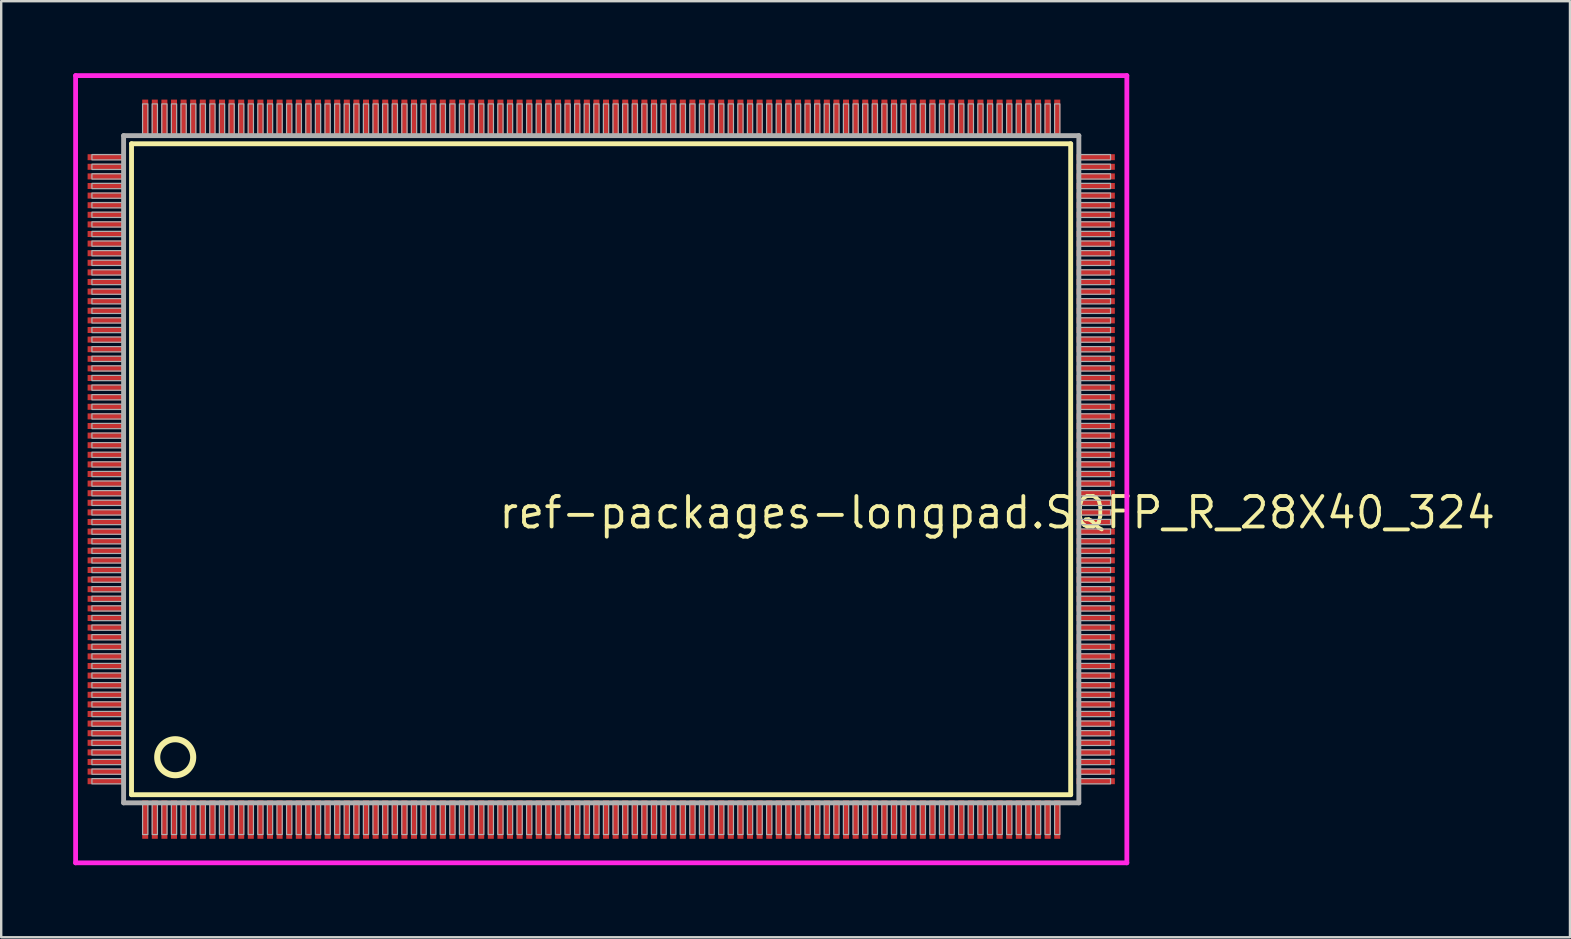
<source format=kicad_pcb>
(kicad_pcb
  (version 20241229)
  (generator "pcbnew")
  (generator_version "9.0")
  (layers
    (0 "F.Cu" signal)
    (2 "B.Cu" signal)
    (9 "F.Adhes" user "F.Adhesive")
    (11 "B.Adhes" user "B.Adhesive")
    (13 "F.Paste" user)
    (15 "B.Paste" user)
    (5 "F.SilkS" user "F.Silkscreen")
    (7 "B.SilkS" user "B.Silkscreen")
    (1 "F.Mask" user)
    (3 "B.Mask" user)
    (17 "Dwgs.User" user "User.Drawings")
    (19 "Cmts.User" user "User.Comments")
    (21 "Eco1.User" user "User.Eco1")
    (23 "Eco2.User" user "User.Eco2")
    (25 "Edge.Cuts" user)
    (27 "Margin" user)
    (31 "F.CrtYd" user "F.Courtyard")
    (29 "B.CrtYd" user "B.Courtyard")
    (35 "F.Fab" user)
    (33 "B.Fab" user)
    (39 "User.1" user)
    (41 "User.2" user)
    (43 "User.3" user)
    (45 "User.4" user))
  (footprint "ref-packages-longpad.SQFP_R_28X40_324"
    (layer "F.Cu")
    (at 22 16.5)
    (property "Reference" "ref-packages-longpad.SQFP_R_28X40_324" (at -4.35 2.55 0) (layer "F.SilkS") (effects (font (size 1.27 1.27) (thickness 0.16)) (justify left bottom)))
    (attr smd)
    (fp_line (start -19.57 -13.56) (end 19.56 -13.56) (stroke (width 0.203) (type default)) (layer "F.SilkS"))
    (fp_line (start -19.57 13.56) (end -19.57 -13.56) (stroke (width 0.203) (type default)) (layer "F.SilkS"))
    (fp_line (start 19.56 -13.56) (end 19.56 13.56) (stroke (width 0.203) (type default)) (layer "F.SilkS"))
    (fp_line (start 19.56 13.56) (end -19.57 13.56) (stroke (width 0.203) (type default)) (layer "F.SilkS"))
    (fp_circle (center -17.75 12) (end -17 12) (stroke (width 0.254) (type default)) (fill no) (layer "F.SilkS"))
    (fp_line (start -21.9 -16.4) (end 21.9 -16.4) (stroke (width 0.2) (type default)) (layer "F.CrtYd"))
    (fp_line (start -21.9 16.4) (end -21.9 -16.4) (stroke (width 0.2) (type default)) (layer "F.CrtYd"))
    (fp_line (start 21.9 -16.4) (end 21.9 16.4) (stroke (width 0.2) (type default)) (layer "F.CrtYd"))
    (fp_line (start 21.9 16.4) (end -21.9 16.4) (stroke (width 0.2) (type default)) (layer "F.CrtYd"))
    (fp_line (start -19.9 -13.9) (end -19.9 13.9) (stroke (width 0.203) (type default)) (layer "F.Fab"))
    (fp_line (start -19.9 13.9) (end 19.9 13.9) (stroke (width 0.203) (type default)) (layer "F.Fab"))
    (fp_line (start 19.9 -13.9) (end -19.9 -13.9) (stroke (width 0.203) (type default)) (layer "F.Fab"))
    (fp_line (start 19.9 13.9) (end 19.9 -13.9) (stroke (width 0.203) (type default)) (layer "F.Fab"))
    (fp_rect (start -21.22 -12.89) (end -19.95 -13.11) (stroke (width 0.05) (type default)) (fill no) (layer "F.Fab"))
    (fp_rect (start -21.22 -12.49) (end -19.95 -12.71) (stroke (width 0.05) (type default)) (fill no) (layer "F.Fab"))
    (fp_rect (start -21.22 -12.09) (end -19.95 -12.31) (stroke (width 0.05) (type default)) (fill no) (layer "F.Fab"))
    (fp_rect (start -21.22 -11.69) (end -19.95 -11.91) (stroke (width 0.05) (type default)) (fill no) (layer "F.Fab"))
    (fp_rect (start -21.22 -11.29) (end -19.95 -11.51) (stroke (width 0.05) (type default)) (fill no) (layer "F.Fab"))
    (fp_rect (start -21.22 -10.89) (end -19.95 -11.11) (stroke (width 0.05) (type default)) (fill no) (layer "F.Fab"))
    (fp_rect (start -21.22 -10.49) (end -19.95 -10.71) (stroke (width 0.05) (type default)) (fill no) (layer "F.Fab"))
    (fp_rect (start -21.22 -10.09) (end -19.95 -10.31) (stroke (width 0.05) (type default)) (fill no) (layer "F.Fab"))
    (fp_rect (start -21.22 -9.69) (end -19.95 -9.91) (stroke (width 0.05) (type default)) (fill no) (layer "F.Fab"))
    (fp_rect (start -21.22 -9.29) (end -19.95 -9.51) (stroke (width 0.05) (type default)) (fill no) (layer "F.Fab"))
    (fp_rect (start -21.22 -8.89) (end -19.95 -9.11) (stroke (width 0.05) (type default)) (fill no) (layer "F.Fab"))
    (fp_rect (start -21.22 -8.49) (end -19.95 -8.71) (stroke (width 0.05) (type default)) (fill no) (layer "F.Fab"))
    (fp_rect (start -21.22 -8.09) (end -19.95 -8.31) (stroke (width 0.05) (type default)) (fill no) (layer "F.Fab"))
    (fp_rect (start -21.22 -7.69) (end -19.95 -7.91) (stroke (width 0.05) (type default)) (fill no) (layer "F.Fab"))
    (fp_rect (start -21.22 -7.29) (end -19.95 -7.51) (stroke (width 0.05) (type default)) (fill no) (layer "F.Fab"))
    (fp_rect (start -21.22 -6.89) (end -19.95 -7.11) (stroke (width 0.05) (type default)) (fill no) (layer "F.Fab"))
    (fp_rect (start -21.22 -6.49) (end -19.95 -6.71) (stroke (width 0.05) (type default)) (fill no) (layer "F.Fab"))
    (fp_rect (start -21.22 -6.09) (end -19.95 -6.31) (stroke (width 0.05) (type default)) (fill no) (layer "F.Fab"))
    (fp_rect (start -21.22 -5.69) (end -19.95 -5.91) (stroke (width 0.05) (type default)) (fill no) (layer "F.Fab"))
    (fp_rect (start -21.22 -5.29) (end -19.95 -5.51) (stroke (width 0.05) (type default)) (fill no) (layer "F.Fab"))
    (fp_rect (start -21.22 -4.89) (end -19.95 -5.11) (stroke (width 0.05) (type default)) (fill no) (layer "F.Fab"))
    (fp_rect (start -21.22 -4.49) (end -19.95 -4.71) (stroke (width 0.05) (type default)) (fill no) (layer "F.Fab"))
    (fp_rect (start -21.22 -4.09) (end -19.95 -4.31) (stroke (width 0.05) (type default)) (fill no) (layer "F.Fab"))
    (fp_rect (start -21.22 -3.69) (end -19.95 -3.91) (stroke (width 0.05) (type default)) (fill no) (layer "F.Fab"))
    (fp_rect (start -21.22 -3.29) (end -19.95 -3.51) (stroke (width 0.05) (type default)) (fill no) (layer "F.Fab"))
    (fp_rect (start -21.22 -2.89) (end -19.95 -3.11) (stroke (width 0.05) (type default)) (fill no) (layer "F.Fab"))
    (fp_rect (start -21.22 -2.49) (end -19.95 -2.71) (stroke (width 0.05) (type default)) (fill no) (layer "F.Fab"))
    (fp_rect (start -21.22 -2.09) (end -19.95 -2.31) (stroke (width 0.05) (type default)) (fill no) (layer "F.Fab"))
    (fp_rect (start -21.22 -1.69) (end -19.95 -1.91) (stroke (width 0.05) (type default)) (fill no) (layer "F.Fab"))
    (fp_rect (start -21.22 -1.29) (end -19.95 -1.51) (stroke (width 0.05) (type default)) (fill no) (layer "F.Fab"))
    (fp_rect (start -21.22 -0.89) (end -19.95 -1.11) (stroke (width 0.05) (type default)) (fill no) (layer "F.Fab"))
    (fp_rect (start -21.22 -0.49) (end -19.95 -0.71) (stroke (width 0.05) (type default)) (fill no) (layer "F.Fab"))
    (fp_rect (start -21.22 -0.09) (end -19.95 -0.31) (stroke (width 0.05) (type default)) (fill no) (layer "F.Fab"))
    (fp_rect (start -21.22 0.31) (end -19.95 0.09) (stroke (width 0.05) (type default)) (fill no) (layer "F.Fab"))
    (fp_rect (start -21.22 0.71) (end -19.95 0.49) (stroke (width 0.05) (type default)) (fill no) (layer "F.Fab"))
    (fp_rect (start -21.22 1.11) (end -19.95 0.89) (stroke (width 0.05) (type default)) (fill no) (layer "F.Fab"))
    (fp_rect (start -21.22 1.51) (end -19.95 1.29) (stroke (width 0.05) (type default)) (fill no) (layer "F.Fab"))
    (fp_rect (start -21.22 1.91) (end -19.95 1.69) (stroke (width 0.05) (type default)) (fill no) (layer "F.Fab"))
    (fp_rect (start -21.22 2.31) (end -19.95 2.09) (stroke (width 0.05) (type default)) (fill no) (layer "F.Fab"))
    (fp_rect (start -21.22 2.71) (end -19.95 2.49) (stroke (width 0.05) (type default)) (fill no) (layer "F.Fab"))
    (fp_rect (start -21.22 3.11) (end -19.95 2.89) (stroke (width 0.05) (type default)) (fill no) (layer "F.Fab"))
    (fp_rect (start -21.22 3.51) (end -19.95 3.29) (stroke (width 0.05) (type default)) (fill no) (layer "F.Fab"))
    (fp_rect (start -21.22 3.91) (end -19.95 3.69) (stroke (width 0.05) (type default)) (fill no) (layer "F.Fab"))
    (fp_rect (start -21.22 4.31) (end -19.95 4.09) (stroke (width 0.05) (type default)) (fill no) (layer "F.Fab"))
    (fp_rect (start -21.22 4.71) (end -19.95 4.49) (stroke (width 0.05) (type default)) (fill no) (layer "F.Fab"))
    (fp_rect (start -21.22 5.11) (end -19.95 4.89) (stroke (width 0.05) (type default)) (fill no) (layer "F.Fab"))
    (fp_rect (start -21.22 5.51) (end -19.95 5.29) (stroke (width 0.05) (type default)) (fill no) (layer "F.Fab"))
    (fp_rect (start -21.22 5.91) (end -19.95 5.69) (stroke (width 0.05) (type default)) (fill no) (layer "F.Fab"))
    (fp_rect (start -21.22 6.31) (end -19.95 6.09) (stroke (width 0.05) (type default)) (fill no) (layer "F.Fab"))
    (fp_rect (start -21.22 6.71) (end -19.95 6.49) (stroke (width 0.05) (type default)) (fill no) (layer "F.Fab"))
    (fp_rect (start -21.22 7.11) (end -19.95 6.89) (stroke (width 0.05) (type default)) (fill no) (layer "F.Fab"))
    (fp_rect (start -21.22 7.51) (end -19.95 7.29) (stroke (width 0.05) (type default)) (fill no) (layer "F.Fab"))
    (fp_rect (start -21.22 7.91) (end -19.95 7.69) (stroke (width 0.05) (type default)) (fill no) (layer "F.Fab"))
    (fp_rect (start -21.22 8.31) (end -19.95 8.09) (stroke (width 0.05) (type default)) (fill no) (layer "F.Fab"))
    (fp_rect (start -21.22 8.71) (end -19.95 8.49) (stroke (width 0.05) (type default)) (fill no) (layer "F.Fab"))
    (fp_rect (start -21.22 9.11) (end -19.95 8.89) (stroke (width 0.05) (type default)) (fill no) (layer "F.Fab"))
    (fp_rect (start -21.22 9.51) (end -19.95 9.29) (stroke (width 0.05) (type default)) (fill no) (layer "F.Fab"))
    (fp_rect (start -21.22 9.91) (end -19.95 9.69) (stroke (width 0.05) (type default)) (fill no) (layer "F.Fab"))
    (fp_rect (start -21.22 10.31) (end -19.95 10.09) (stroke (width 0.05) (type default)) (fill no) (layer "F.Fab"))
    (fp_rect (start -21.22 10.71) (end -19.95 10.49) (stroke (width 0.05) (type default)) (fill no) (layer "F.Fab"))
    (fp_rect (start -21.22 11.11) (end -19.95 10.89) (stroke (width 0.05) (type default)) (fill no) (layer "F.Fab"))
    (fp_rect (start -21.22 11.51) (end -19.95 11.29) (stroke (width 0.05) (type default)) (fill no) (layer "F.Fab"))
    (fp_rect (start -21.22 11.91) (end -19.95 11.69) (stroke (width 0.05) (type default)) (fill no) (layer "F.Fab"))
    (fp_rect (start -21.22 12.31) (end -19.95 12.09) (stroke (width 0.05) (type default)) (fill no) (layer "F.Fab"))
    (fp_rect (start -21.22 12.71) (end -19.95 12.49) (stroke (width 0.05) (type default)) (fill no) (layer "F.Fab"))
    (fp_rect (start -21.22 13.11) (end -19.95 12.89) (stroke (width 0.05) (type default)) (fill no) (layer "F.Fab"))
    (fp_rect (start -19.11 -13.95) (end -18.89 -15.22) (stroke (width 0.05) (type default)) (fill no) (layer "F.Fab"))
    (fp_rect (start -19.11 15.22) (end -18.89 13.95) (stroke (width 0.05) (type default)) (fill no) (layer "F.Fab"))
    (fp_rect (start -18.71 -13.95) (end -18.49 -15.22) (stroke (width 0.05) (type default)) (fill no) (layer "F.Fab"))
    (fp_rect (start -18.71 15.22) (end -18.49 13.95) (stroke (width 0.05) (type default)) (fill no) (layer "F.Fab"))
    (fp_rect (start -18.31 -13.95) (end -18.09 -15.22) (stroke (width 0.05) (type default)) (fill no) (layer "F.Fab"))
    (fp_rect (start -18.31 15.22) (end -18.09 13.95) (stroke (width 0.05) (type default)) (fill no) (layer "F.Fab"))
    (fp_rect (start -17.91 -13.95) (end -17.69 -15.22) (stroke (width 0.05) (type default)) (fill no) (layer "F.Fab"))
    (fp_rect (start -17.91 15.22) (end -17.69 13.95) (stroke (width 0.05) (type default)) (fill no) (layer "F.Fab"))
    (fp_rect (start -17.51 -13.95) (end -17.29 -15.22) (stroke (width 0.05) (type default)) (fill no) (layer "F.Fab"))
    (fp_rect (start -17.51 15.22) (end -17.29 13.95) (stroke (width 0.05) (type default)) (fill no) (layer "F.Fab"))
    (fp_rect (start -17.11 -13.95) (end -16.89 -15.22) (stroke (width 0.05) (type default)) (fill no) (layer "F.Fab"))
    (fp_rect (start -17.11 15.22) (end -16.89 13.95) (stroke (width 0.05) (type default)) (fill no) (layer "F.Fab"))
    (fp_rect (start -16.71 -13.95) (end -16.49 -15.22) (stroke (width 0.05) (type default)) (fill no) (layer "F.Fab"))
    (fp_rect (start -16.71 15.22) (end -16.49 13.95) (stroke (width 0.05) (type default)) (fill no) (layer "F.Fab"))
    (fp_rect (start -16.31 -13.95) (end -16.09 -15.22) (stroke (width 0.05) (type default)) (fill no) (layer "F.Fab"))
    (fp_rect (start -16.31 15.22) (end -16.09 13.95) (stroke (width 0.05) (type default)) (fill no) (layer "F.Fab"))
    (fp_rect (start -15.91 -13.95) (end -15.69 -15.22) (stroke (width 0.05) (type default)) (fill no) (layer "F.Fab"))
    (fp_rect (start -15.91 15.22) (end -15.69 13.95) (stroke (width 0.05) (type default)) (fill no) (layer "F.Fab"))
    (fp_rect (start -15.51 -13.95) (end -15.29 -15.22) (stroke (width 0.05) (type default)) (fill no) (layer "F.Fab"))
    (fp_rect (start -15.51 15.22) (end -15.29 13.95) (stroke (width 0.05) (type default)) (fill no) (layer "F.Fab"))
    (fp_rect (start -15.11 -13.95) (end -14.89 -15.22) (stroke (width 0.05) (type default)) (fill no) (layer "F.Fab"))
    (fp_rect (start -15.11 15.22) (end -14.89 13.95) (stroke (width 0.05) (type default)) (fill no) (layer "F.Fab"))
    (fp_rect (start -14.71 -13.95) (end -14.49 -15.22) (stroke (width 0.05) (type default)) (fill no) (layer "F.Fab"))
    (fp_rect (start -14.71 15.22) (end -14.49 13.95) (stroke (width 0.05) (type default)) (fill no) (layer "F.Fab"))
    (fp_rect (start -14.31 -13.95) (end -14.09 -15.22) (stroke (width 0.05) (type default)) (fill no) (layer "F.Fab"))
    (fp_rect (start -14.31 15.22) (end -14.09 13.95) (stroke (width 0.05) (type default)) (fill no) (layer "F.Fab"))
    (fp_rect (start -13.91 -13.95) (end -13.69 -15.22) (stroke (width 0.05) (type default)) (fill no) (layer "F.Fab"))
    (fp_rect (start -13.91 15.22) (end -13.69 13.95) (stroke (width 0.05) (type default)) (fill no) (layer "F.Fab"))
    (fp_rect (start -13.51 -13.95) (end -13.29 -15.22) (stroke (width 0.05) (type default)) (fill no) (layer "F.Fab"))
    (fp_rect (start -13.51 15.22) (end -13.29 13.95) (stroke (width 0.05) (type default)) (fill no) (layer "F.Fab"))
    (fp_rect (start -13.11 -13.95) (end -12.89 -15.22) (stroke (width 0.05) (type default)) (fill no) (layer "F.Fab"))
    (fp_rect (start -13.11 15.22) (end -12.89 13.95) (stroke (width 0.05) (type default)) (fill no) (layer "F.Fab"))
    (fp_rect (start -12.71 -13.95) (end -12.49 -15.22) (stroke (width 0.05) (type default)) (fill no) (layer "F.Fab"))
    (fp_rect (start -12.71 15.22) (end -12.49 13.95) (stroke (width 0.05) (type default)) (fill no) (layer "F.Fab"))
    (fp_rect (start -12.31 -13.95) (end -12.09 -15.22) (stroke (width 0.05) (type default)) (fill no) (layer "F.Fab"))
    (fp_rect (start -12.31 15.22) (end -12.09 13.95) (stroke (width 0.05) (type default)) (fill no) (layer "F.Fab"))
    (fp_rect (start -11.91 -13.95) (end -11.69 -15.22) (stroke (width 0.05) (type default)) (fill no) (layer "F.Fab"))
    (fp_rect (start -11.91 15.22) (end -11.69 13.95) (stroke (width 0.05) (type default)) (fill no) (layer "F.Fab"))
    (fp_rect (start -11.51 -13.95) (end -11.29 -15.22) (stroke (width 0.05) (type default)) (fill no) (layer "F.Fab"))
    (fp_rect (start -11.51 15.22) (end -11.29 13.95) (stroke (width 0.05) (type default)) (fill no) (layer "F.Fab"))
    (fp_rect (start -11.11 -13.95) (end -10.89 -15.22) (stroke (width 0.05) (type default)) (fill no) (layer "F.Fab"))
    (fp_rect (start -11.11 15.22) (end -10.89 13.95) (stroke (width 0.05) (type default)) (fill no) (layer "F.Fab"))
    (fp_rect (start -10.71 -13.95) (end -10.49 -15.22) (stroke (width 0.05) (type default)) (fill no) (layer "F.Fab"))
    (fp_rect (start -10.71 15.22) (end -10.49 13.95) (stroke (width 0.05) (type default)) (fill no) (layer "F.Fab"))
    (fp_rect (start -10.31 -13.95) (end -10.09 -15.22) (stroke (width 0.05) (type default)) (fill no) (layer "F.Fab"))
    (fp_rect (start -10.31 15.22) (end -10.09 13.95) (stroke (width 0.05) (type default)) (fill no) (layer "F.Fab"))
    (fp_rect (start -9.91 -13.95) (end -9.69 -15.22) (stroke (width 0.05) (type default)) (fill no) (layer "F.Fab"))
    (fp_rect (start -9.91 15.22) (end -9.69 13.95) (stroke (width 0.05) (type default)) (fill no) (layer "F.Fab"))
    (fp_rect (start -9.51 -13.95) (end -9.29 -15.22) (stroke (width 0.05) (type default)) (fill no) (layer "F.Fab"))
    (fp_rect (start -9.51 15.22) (end -9.29 13.95) (stroke (width 0.05) (type default)) (fill no) (layer "F.Fab"))
    (fp_rect (start -9.11 -13.95) (end -8.89 -15.22) (stroke (width 0.05) (type default)) (fill no) (layer "F.Fab"))
    (fp_rect (start -9.11 15.22) (end -8.89 13.95) (stroke (width 0.05) (type default)) (fill no) (layer "F.Fab"))
    (fp_rect (start -8.71 -13.95) (end -8.49 -15.22) (stroke (width 0.05) (type default)) (fill no) (layer "F.Fab"))
    (fp_rect (start -8.71 15.22) (end -8.49 13.95) (stroke (width 0.05) (type default)) (fill no) (layer "F.Fab"))
    (fp_rect (start -8.31 -13.95) (end -8.09 -15.22) (stroke (width 0.05) (type default)) (fill no) (layer "F.Fab"))
    (fp_rect (start -8.31 15.22) (end -8.09 13.95) (stroke (width 0.05) (type default)) (fill no) (layer "F.Fab"))
    (fp_rect (start -7.91 -13.95) (end -7.69 -15.22) (stroke (width 0.05) (type default)) (fill no) (layer "F.Fab"))
    (fp_rect (start -7.91 15.22) (end -7.69 13.95) (stroke (width 0.05) (type default)) (fill no) (layer "F.Fab"))
    (fp_rect (start -7.51 -13.95) (end -7.29 -15.22) (stroke (width 0.05) (type default)) (fill no) (layer "F.Fab"))
    (fp_rect (start -7.51 15.22) (end -7.29 13.95) (stroke (width 0.05) (type default)) (fill no) (layer "F.Fab"))
    (fp_rect (start -7.11 -13.95) (end -6.89 -15.22) (stroke (width 0.05) (type default)) (fill no) (layer "F.Fab"))
    (fp_rect (start -7.11 15.22) (end -6.89 13.95) (stroke (width 0.05) (type default)) (fill no) (layer "F.Fab"))
    (fp_rect (start -6.71 -13.95) (end -6.49 -15.22) (stroke (width 0.05) (type default)) (fill no) (layer "F.Fab"))
    (fp_rect (start -6.71 15.22) (end -6.49 13.95) (stroke (width 0.05) (type default)) (fill no) (layer "F.Fab"))
    (fp_rect (start -6.31 -13.95) (end -6.09 -15.22) (stroke (width 0.05) (type default)) (fill no) (layer "F.Fab"))
    (fp_rect (start -6.31 15.22) (end -6.09 13.95) (stroke (width 0.05) (type default)) (fill no) (layer "F.Fab"))
    (fp_rect (start -5.91 -13.95) (end -5.69 -15.22) (stroke (width 0.05) (type default)) (fill no) (layer "F.Fab"))
    (fp_rect (start -5.91 15.22) (end -5.69 13.95) (stroke (width 0.05) (type default)) (fill no) (layer "F.Fab"))
    (fp_rect (start -5.51 -13.95) (end -5.29 -15.22) (stroke (width 0.05) (type default)) (fill no) (layer "F.Fab"))
    (fp_rect (start -5.51 15.22) (end -5.29 13.95) (stroke (width 0.05) (type default)) (fill no) (layer "F.Fab"))
    (fp_rect (start -5.11 -13.95) (end -4.89 -15.22) (stroke (width 0.05) (type default)) (fill no) (layer "F.Fab"))
    (fp_rect (start -5.11 15.22) (end -4.89 13.95) (stroke (width 0.05) (type default)) (fill no) (layer "F.Fab"))
    (fp_rect (start -4.71 -13.95) (end -4.49 -15.22) (stroke (width 0.05) (type default)) (fill no) (layer "F.Fab"))
    (fp_rect (start -4.71 15.22) (end -4.49 13.95) (stroke (width 0.05) (type default)) (fill no) (layer "F.Fab"))
    (fp_rect (start -4.31 -13.95) (end -4.09 -15.22) (stroke (width 0.05) (type default)) (fill no) (layer "F.Fab"))
    (fp_rect (start -4.31 15.22) (end -4.09 13.95) (stroke (width 0.05) (type default)) (fill no) (layer "F.Fab"))
    (fp_rect (start -3.91 -13.95) (end -3.69 -15.22) (stroke (width 0.05) (type default)) (fill no) (layer "F.Fab"))
    (fp_rect (start -3.91 15.22) (end -3.69 13.95) (stroke (width 0.05) (type default)) (fill no) (layer "F.Fab"))
    (fp_rect (start -3.51 -13.95) (end -3.29 -15.22) (stroke (width 0.05) (type default)) (fill no) (layer "F.Fab"))
    (fp_rect (start -3.51 15.22) (end -3.29 13.95) (stroke (width 0.05) (type default)) (fill no) (layer "F.Fab"))
    (fp_rect (start -3.11 -13.95) (end -2.89 -15.22) (stroke (width 0.05) (type default)) (fill no) (layer "F.Fab"))
    (fp_rect (start -3.11 15.22) (end -2.89 13.95) (stroke (width 0.05) (type default)) (fill no) (layer "F.Fab"))
    (fp_rect (start -2.71 -13.95) (end -2.49 -15.22) (stroke (width 0.05) (type default)) (fill no) (layer "F.Fab"))
    (fp_rect (start -2.71 15.22) (end -2.49 13.95) (stroke (width 0.05) (type default)) (fill no) (layer "F.Fab"))
    (fp_rect (start -2.31 -13.95) (end -2.09 -15.22) (stroke (width 0.05) (type default)) (fill no) (layer "F.Fab"))
    (fp_rect (start -2.31 15.22) (end -2.09 13.95) (stroke (width 0.05) (type default)) (fill no) (layer "F.Fab"))
    (fp_rect (start -1.91 -13.95) (end -1.69 -15.22) (stroke (width 0.05) (type default)) (fill no) (layer "F.Fab"))
    (fp_rect (start -1.91 15.22) (end -1.69 13.95) (stroke (width 0.05) (type default)) (fill no) (layer "F.Fab"))
    (fp_rect (start -1.51 -13.95) (end -1.29 -15.22) (stroke (width 0.05) (type default)) (fill no) (layer "F.Fab"))
    (fp_rect (start -1.51 15.22) (end -1.29 13.95) (stroke (width 0.05) (type default)) (fill no) (layer "F.Fab"))
    (fp_rect (start -1.11 -13.95) (end -0.89 -15.22) (stroke (width 0.05) (type default)) (fill no) (layer "F.Fab"))
    (fp_rect (start -1.11 15.22) (end -0.89 13.95) (stroke (width 0.05) (type default)) (fill no) (layer "F.Fab"))
    (fp_rect (start -0.71 -13.95) (end -0.49 -15.22) (stroke (width 0.05) (type default)) (fill no) (layer "F.Fab"))
    (fp_rect (start -0.71 15.22) (end -0.49 13.95) (stroke (width 0.05) (type default)) (fill no) (layer "F.Fab"))
    (fp_rect (start -0.31 -13.95) (end -0.09 -15.22) (stroke (width 0.05) (type default)) (fill no) (layer "F.Fab"))
    (fp_rect (start -0.31 15.22) (end -0.09 13.95) (stroke (width 0.05) (type default)) (fill no) (layer "F.Fab"))
    (fp_rect (start 0.09 -13.95) (end 0.31 -15.22) (stroke (width 0.05) (type default)) (fill no) (layer "F.Fab"))
    (fp_rect (start 0.09 15.22) (end 0.31 13.95) (stroke (width 0.05) (type default)) (fill no) (layer "F.Fab"))
    (fp_rect (start 0.49 -13.95) (end 0.71 -15.22) (stroke (width 0.05) (type default)) (fill no) (layer "F.Fab"))
    (fp_rect (start 0.49 15.22) (end 0.71 13.95) (stroke (width 0.05) (type default)) (fill no) (layer "F.Fab"))
    (fp_rect (start 0.89 -13.95) (end 1.11 -15.22) (stroke (width 0.05) (type default)) (fill no) (layer "F.Fab"))
    (fp_rect (start 0.89 15.22) (end 1.11 13.95) (stroke (width 0.05) (type default)) (fill no) (layer "F.Fab"))
    (fp_rect (start 1.29 -13.95) (end 1.51 -15.22) (stroke (width 0.05) (type default)) (fill no) (layer "F.Fab"))
    (fp_rect (start 1.29 15.22) (end 1.51 13.95) (stroke (width 0.05) (type default)) (fill no) (layer "F.Fab"))
    (fp_rect (start 1.69 -13.95) (end 1.91 -15.22) (stroke (width 0.05) (type default)) (fill no) (layer "F.Fab"))
    (fp_rect (start 1.69 15.22) (end 1.91 13.95) (stroke (width 0.05) (type default)) (fill no) (layer "F.Fab"))
    (fp_rect (start 2.09 -13.95) (end 2.31 -15.22) (stroke (width 0.05) (type default)) (fill no) (layer "F.Fab"))
    (fp_rect (start 2.09 15.22) (end 2.31 13.95) (stroke (width 0.05) (type default)) (fill no) (layer "F.Fab"))
    (fp_rect (start 2.49 -13.95) (end 2.71 -15.22) (stroke (width 0.05) (type default)) (fill no) (layer "F.Fab"))
    (fp_rect (start 2.49 15.22) (end 2.71 13.95) (stroke (width 0.05) (type default)) (fill no) (layer "F.Fab"))
    (fp_rect (start 2.89 -13.95) (end 3.11 -15.22) (stroke (width 0.05) (type default)) (fill no) (layer "F.Fab"))
    (fp_rect (start 2.89 15.22) (end 3.11 13.95) (stroke (width 0.05) (type default)) (fill no) (layer "F.Fab"))
    (fp_rect (start 3.29 -13.95) (end 3.51 -15.22) (stroke (width 0.05) (type default)) (fill no) (layer "F.Fab"))
    (fp_rect (start 3.29 15.22) (end 3.51 13.95) (stroke (width 0.05) (type default)) (fill no) (layer "F.Fab"))
    (fp_rect (start 3.69 -13.95) (end 3.91 -15.22) (stroke (width 0.05) (type default)) (fill no) (layer "F.Fab"))
    (fp_rect (start 3.69 15.22) (end 3.91 13.95) (stroke (width 0.05) (type default)) (fill no) (layer "F.Fab"))
    (fp_rect (start 4.09 -13.95) (end 4.31 -15.22) (stroke (width 0.05) (type default)) (fill no) (layer "F.Fab"))
    (fp_rect (start 4.09 15.22) (end 4.31 13.95) (stroke (width 0.05) (type default)) (fill no) (layer "F.Fab"))
    (fp_rect (start 4.49 -13.95) (end 4.71 -15.22) (stroke (width 0.05) (type default)) (fill no) (layer "F.Fab"))
    (fp_rect (start 4.49 15.22) (end 4.71 13.95) (stroke (width 0.05) (type default)) (fill no) (layer "F.Fab"))
    (fp_rect (start 4.89 -13.95) (end 5.11 -15.22) (stroke (width 0.05) (type default)) (fill no) (layer "F.Fab"))
    (fp_rect (start 4.89 15.22) (end 5.11 13.95) (stroke (width 0.05) (type default)) (fill no) (layer "F.Fab"))
    (fp_rect (start 5.29 -13.95) (end 5.51 -15.22) (stroke (width 0.05) (type default)) (fill no) (layer "F.Fab"))
    (fp_rect (start 5.29 15.22) (end 5.51 13.95) (stroke (width 0.05) (type default)) (fill no) (layer "F.Fab"))
    (fp_rect (start 5.69 -13.95) (end 5.91 -15.22) (stroke (width 0.05) (type default)) (fill no) (layer "F.Fab"))
    (fp_rect (start 5.69 15.22) (end 5.91 13.95) (stroke (width 0.05) (type default)) (fill no) (layer "F.Fab"))
    (fp_rect (start 6.09 -13.95) (end 6.31 -15.22) (stroke (width 0.05) (type default)) (fill no) (layer "F.Fab"))
    (fp_rect (start 6.09 15.22) (end 6.31 13.95) (stroke (width 0.05) (type default)) (fill no) (layer "F.Fab"))
    (fp_rect (start 6.49 -13.95) (end 6.71 -15.22) (stroke (width 0.05) (type default)) (fill no) (layer "F.Fab"))
    (fp_rect (start 6.49 15.22) (end 6.71 13.95) (stroke (width 0.05) (type default)) (fill no) (layer "F.Fab"))
    (fp_rect (start 6.89 -13.95) (end 7.11 -15.22) (stroke (width 0.05) (type default)) (fill no) (layer "F.Fab"))
    (fp_rect (start 6.89 15.22) (end 7.11 13.95) (stroke (width 0.05) (type default)) (fill no) (layer "F.Fab"))
    (fp_rect (start 7.29 -13.95) (end 7.51 -15.22) (stroke (width 0.05) (type default)) (fill no) (layer "F.Fab"))
    (fp_rect (start 7.29 15.22) (end 7.51 13.95) (stroke (width 0.05) (type default)) (fill no) (layer "F.Fab"))
    (fp_rect (start 7.69 -13.95) (end 7.91 -15.22) (stroke (width 0.05) (type default)) (fill no) (layer "F.Fab"))
    (fp_rect (start 7.69 15.22) (end 7.91 13.95) (stroke (width 0.05) (type default)) (fill no) (layer "F.Fab"))
    (fp_rect (start 8.09 -13.95) (end 8.31 -15.22) (stroke (width 0.05) (type default)) (fill no) (layer "F.Fab"))
    (fp_rect (start 8.09 15.22) (end 8.31 13.95) (stroke (width 0.05) (type default)) (fill no) (layer "F.Fab"))
    (fp_rect (start 8.49 -13.95) (end 8.71 -15.22) (stroke (width 0.05) (type default)) (fill no) (layer "F.Fab"))
    (fp_rect (start 8.49 15.22) (end 8.71 13.95) (stroke (width 0.05) (type default)) (fill no) (layer "F.Fab"))
    (fp_rect (start 8.89 -13.95) (end 9.11 -15.22) (stroke (width 0.05) (type default)) (fill no) (layer "F.Fab"))
    (fp_rect (start 8.89 15.22) (end 9.11 13.95) (stroke (width 0.05) (type default)) (fill no) (layer "F.Fab"))
    (fp_rect (start 9.29 -13.95) (end 9.51 -15.22) (stroke (width 0.05) (type default)) (fill no) (layer "F.Fab"))
    (fp_rect (start 9.29 15.22) (end 9.51 13.95) (stroke (width 0.05) (type default)) (fill no) (layer "F.Fab"))
    (fp_rect (start 9.69 -13.95) (end 9.91 -15.22) (stroke (width 0.05) (type default)) (fill no) (layer "F.Fab"))
    (fp_rect (start 9.69 15.22) (end 9.91 13.95) (stroke (width 0.05) (type default)) (fill no) (layer "F.Fab"))
    (fp_rect (start 10.09 -13.95) (end 10.31 -15.22) (stroke (width 0.05) (type default)) (fill no) (layer "F.Fab"))
    (fp_rect (start 10.09 15.22) (end 10.31 13.95) (stroke (width 0.05) (type default)) (fill no) (layer "F.Fab"))
    (fp_rect (start 10.49 -13.95) (end 10.71 -15.22) (stroke (width 0.05) (type default)) (fill no) (layer "F.Fab"))
    (fp_rect (start 10.49 15.22) (end 10.71 13.95) (stroke (width 0.05) (type default)) (fill no) (layer "F.Fab"))
    (fp_rect (start 10.89 -13.95) (end 11.11 -15.22) (stroke (width 0.05) (type default)) (fill no) (layer "F.Fab"))
    (fp_rect (start 10.89 15.22) (end 11.11 13.95) (stroke (width 0.05) (type default)) (fill no) (layer "F.Fab"))
    (fp_rect (start 11.29 -13.95) (end 11.51 -15.22) (stroke (width 0.05) (type default)) (fill no) (layer "F.Fab"))
    (fp_rect (start 11.29 15.22) (end 11.51 13.95) (stroke (width 0.05) (type default)) (fill no) (layer "F.Fab"))
    (fp_rect (start 11.69 -13.95) (end 11.91 -15.22) (stroke (width 0.05) (type default)) (fill no) (layer "F.Fab"))
    (fp_rect (start 11.69 15.22) (end 11.91 13.95) (stroke (width 0.05) (type default)) (fill no) (layer "F.Fab"))
    (fp_rect (start 12.09 -13.95) (end 12.31 -15.22) (stroke (width 0.05) (type default)) (fill no) (layer "F.Fab"))
    (fp_rect (start 12.09 15.22) (end 12.31 13.95) (stroke (width 0.05) (type default)) (fill no) (layer "F.Fab"))
    (fp_rect (start 12.49 -13.95) (end 12.71 -15.22) (stroke (width 0.05) (type default)) (fill no) (layer "F.Fab"))
    (fp_rect (start 12.49 15.22) (end 12.71 13.95) (stroke (width 0.05) (type default)) (fill no) (layer "F.Fab"))
    (fp_rect (start 12.89 -13.95) (end 13.11 -15.22) (stroke (width 0.05) (type default)) (fill no) (layer "F.Fab"))
    (fp_rect (start 12.89 15.22) (end 13.11 13.95) (stroke (width 0.05) (type default)) (fill no) (layer "F.Fab"))
    (fp_rect (start 13.29 -13.95) (end 13.51 -15.22) (stroke (width 0.05) (type default)) (fill no) (layer "F.Fab"))
    (fp_rect (start 13.29 15.22) (end 13.51 13.95) (stroke (width 0.05) (type default)) (fill no) (layer "F.Fab"))
    (fp_rect (start 13.69 -13.95) (end 13.91 -15.22) (stroke (width 0.05) (type default)) (fill no) (layer "F.Fab"))
    (fp_rect (start 13.69 15.22) (end 13.91 13.95) (stroke (width 0.05) (type default)) (fill no) (layer "F.Fab"))
    (fp_rect (start 14.09 -13.95) (end 14.31 -15.22) (stroke (width 0.05) (type default)) (fill no) (layer "F.Fab"))
    (fp_rect (start 14.09 15.22) (end 14.31 13.95) (stroke (width 0.05) (type default)) (fill no) (layer "F.Fab"))
    (fp_rect (start 14.49 -13.95) (end 14.71 -15.22) (stroke (width 0.05) (type default)) (fill no) (layer "F.Fab"))
    (fp_rect (start 14.49 15.22) (end 14.71 13.95) (stroke (width 0.05) (type default)) (fill no) (layer "F.Fab"))
    (fp_rect (start 14.89 -13.95) (end 15.11 -15.22) (stroke (width 0.05) (type default)) (fill no) (layer "F.Fab"))
    (fp_rect (start 14.89 15.22) (end 15.11 13.95) (stroke (width 0.05) (type default)) (fill no) (layer "F.Fab"))
    (fp_rect (start 15.29 -13.95) (end 15.51 -15.22) (stroke (width 0.05) (type default)) (fill no) (layer "F.Fab"))
    (fp_rect (start 15.29 15.22) (end 15.51 13.95) (stroke (width 0.05) (type default)) (fill no) (layer "F.Fab"))
    (fp_rect (start 15.69 -13.95) (end 15.91 -15.22) (stroke (width 0.05) (type default)) (fill no) (layer "F.Fab"))
    (fp_rect (start 15.69 15.22) (end 15.91 13.95) (stroke (width 0.05) (type default)) (fill no) (layer "F.Fab"))
    (fp_rect (start 16.09 -13.95) (end 16.31 -15.22) (stroke (width 0.05) (type default)) (fill no) (layer "F.Fab"))
    (fp_rect (start 16.09 15.22) (end 16.31 13.95) (stroke (width 0.05) (type default)) (fill no) (layer "F.Fab"))
    (fp_rect (start 16.49 -13.95) (end 16.71 -15.22) (stroke (width 0.05) (type default)) (fill no) (layer "F.Fab"))
    (fp_rect (start 16.49 15.22) (end 16.71 13.95) (stroke (width 0.05) (type default)) (fill no) (layer "F.Fab"))
    (fp_rect (start 16.89 -13.95) (end 17.11 -15.22) (stroke (width 0.05) (type default)) (fill no) (layer "F.Fab"))
    (fp_rect (start 16.89 15.22) (end 17.11 13.95) (stroke (width 0.05) (type default)) (fill no) (layer "F.Fab"))
    (fp_rect (start 17.29 -13.95) (end 17.51 -15.22) (stroke (width 0.05) (type default)) (fill no) (layer "F.Fab"))
    (fp_rect (start 17.29 15.22) (end 17.51 13.95) (stroke (width 0.05) (type default)) (fill no) (layer "F.Fab"))
    (fp_rect (start 17.69 -13.95) (end 17.91 -15.22) (stroke (width 0.05) (type default)) (fill no) (layer "F.Fab"))
    (fp_rect (start 17.69 15.22) (end 17.91 13.95) (stroke (width 0.05) (type default)) (fill no) (layer "F.Fab"))
    (fp_rect (start 18.09 -13.95) (end 18.31 -15.22) (stroke (width 0.05) (type default)) (fill no) (layer "F.Fab"))
    (fp_rect (start 18.09 15.22) (end 18.31 13.95) (stroke (width 0.05) (type default)) (fill no) (layer "F.Fab"))
    (fp_rect (start 18.49 -13.95) (end 18.71 -15.22) (stroke (width 0.05) (type default)) (fill no) (layer "F.Fab"))
    (fp_rect (start 18.49 15.22) (end 18.71 13.95) (stroke (width 0.05) (type default)) (fill no) (layer "F.Fab"))
    (fp_rect (start 18.89 -13.95) (end 19.11 -15.22) (stroke (width 0.05) (type default)) (fill no) (layer "F.Fab"))
    (fp_rect (start 18.89 15.22) (end 19.11 13.95) (stroke (width 0.05) (type default)) (fill no) (layer "F.Fab"))
    (fp_rect (start 19.95 -12.89) (end 21.22 -13.11) (stroke (width 0.05) (type default)) (fill no) (layer "F.Fab"))
    (fp_rect (start 19.95 -12.49) (end 21.22 -12.71) (stroke (width 0.05) (type default)) (fill no) (layer "F.Fab"))
    (fp_rect (start 19.95 -12.09) (end 21.22 -12.31) (stroke (width 0.05) (type default)) (fill no) (layer "F.Fab"))
    (fp_rect (start 19.95 -11.69) (end 21.22 -11.91) (stroke (width 0.05) (type default)) (fill no) (layer "F.Fab"))
    (fp_rect (start 19.95 -11.29) (end 21.22 -11.51) (stroke (width 0.05) (type default)) (fill no) (layer "F.Fab"))
    (fp_rect (start 19.95 -10.89) (end 21.22 -11.11) (stroke (width 0.05) (type default)) (fill no) (layer "F.Fab"))
    (fp_rect (start 19.95 -10.49) (end 21.22 -10.71) (stroke (width 0.05) (type default)) (fill no) (layer "F.Fab"))
    (fp_rect (start 19.95 -10.09) (end 21.22 -10.31) (stroke (width 0.05) (type default)) (fill no) (layer "F.Fab"))
    (fp_rect (start 19.95 -9.69) (end 21.22 -9.91) (stroke (width 0.05) (type default)) (fill no) (layer "F.Fab"))
    (fp_rect (start 19.95 -9.29) (end 21.22 -9.51) (stroke (width 0.05) (type default)) (fill no) (layer "F.Fab"))
    (fp_rect (start 19.95 -8.89) (end 21.22 -9.11) (stroke (width 0.05) (type default)) (fill no) (layer "F.Fab"))
    (fp_rect (start 19.95 -8.49) (end 21.22 -8.71) (stroke (width 0.05) (type default)) (fill no) (layer "F.Fab"))
    (fp_rect (start 19.95 -8.09) (end 21.22 -8.31) (stroke (width 0.05) (type default)) (fill no) (layer "F.Fab"))
    (fp_rect (start 19.95 -7.69) (end 21.22 -7.91) (stroke (width 0.05) (type default)) (fill no) (layer "F.Fab"))
    (fp_rect (start 19.95 -7.29) (end 21.22 -7.51) (stroke (width 0.05) (type default)) (fill no) (layer "F.Fab"))
    (fp_rect (start 19.95 -6.89) (end 21.22 -7.11) (stroke (width 0.05) (type default)) (fill no) (layer "F.Fab"))
    (fp_rect (start 19.95 -6.49) (end 21.22 -6.71) (stroke (width 0.05) (type default)) (fill no) (layer "F.Fab"))
    (fp_rect (start 19.95 -6.09) (end 21.22 -6.31) (stroke (width 0.05) (type default)) (fill no) (layer "F.Fab"))
    (fp_rect (start 19.95 -5.69) (end 21.22 -5.91) (stroke (width 0.05) (type default)) (fill no) (layer "F.Fab"))
    (fp_rect (start 19.95 -5.29) (end 21.22 -5.51) (stroke (width 0.05) (type default)) (fill no) (layer "F.Fab"))
    (fp_rect (start 19.95 -4.89) (end 21.22 -5.11) (stroke (width 0.05) (type default)) (fill no) (layer "F.Fab"))
    (fp_rect (start 19.95 -4.49) (end 21.22 -4.71) (stroke (width 0.05) (type default)) (fill no) (layer "F.Fab"))
    (fp_rect (start 19.95 -4.09) (end 21.22 -4.31) (stroke (width 0.05) (type default)) (fill no) (layer "F.Fab"))
    (fp_rect (start 19.95 -3.69) (end 21.22 -3.91) (stroke (width 0.05) (type default)) (fill no) (layer "F.Fab"))
    (fp_rect (start 19.95 -3.29) (end 21.22 -3.51) (stroke (width 0.05) (type default)) (fill no) (layer "F.Fab"))
    (fp_rect (start 19.95 -2.89) (end 21.22 -3.11) (stroke (width 0.05) (type default)) (fill no) (layer "F.Fab"))
    (fp_rect (start 19.95 -2.49) (end 21.22 -2.71) (stroke (width 0.05) (type default)) (fill no) (layer "F.Fab"))
    (fp_rect (start 19.95 -2.09) (end 21.22 -2.31) (stroke (width 0.05) (type default)) (fill no) (layer "F.Fab"))
    (fp_rect (start 19.95 -1.69) (end 21.22 -1.91) (stroke (width 0.05) (type default)) (fill no) (layer "F.Fab"))
    (fp_rect (start 19.95 -1.29) (end 21.22 -1.51) (stroke (width 0.05) (type default)) (fill no) (layer "F.Fab"))
    (fp_rect (start 19.95 -0.89) (end 21.22 -1.11) (stroke (width 0.05) (type default)) (fill no) (layer "F.Fab"))
    (fp_rect (start 19.95 -0.49) (end 21.22 -0.71) (stroke (width 0.05) (type default)) (fill no) (layer "F.Fab"))
    (fp_rect (start 19.95 -0.09) (end 21.22 -0.31) (stroke (width 0.05) (type default)) (fill no) (layer "F.Fab"))
    (fp_rect (start 19.95 0.31) (end 21.22 0.09) (stroke (width 0.05) (type default)) (fill no) (layer "F.Fab"))
    (fp_rect (start 19.95 0.71) (end 21.22 0.49) (stroke (width 0.05) (type default)) (fill no) (layer "F.Fab"))
    (fp_rect (start 19.95 1.11) (end 21.22 0.89) (stroke (width 0.05) (type default)) (fill no) (layer "F.Fab"))
    (fp_rect (start 19.95 1.51) (end 21.22 1.29) (stroke (width 0.05) (type default)) (fill no) (layer "F.Fab"))
    (fp_rect (start 19.95 1.91) (end 21.22 1.69) (stroke (width 0.05) (type default)) (fill no) (layer "F.Fab"))
    (fp_rect (start 19.95 2.31) (end 21.22 2.09) (stroke (width 0.05) (type default)) (fill no) (layer "F.Fab"))
    (fp_rect (start 19.95 2.71) (end 21.22 2.49) (stroke (width 0.05) (type default)) (fill no) (layer "F.Fab"))
    (fp_rect (start 19.95 3.11) (end 21.22 2.89) (stroke (width 0.05) (type default)) (fill no) (layer "F.Fab"))
    (fp_rect (start 19.95 3.51) (end 21.22 3.29) (stroke (width 0.05) (type default)) (fill no) (layer "F.Fab"))
    (fp_rect (start 19.95 3.91) (end 21.22 3.69) (stroke (width 0.05) (type default)) (fill no) (layer "F.Fab"))
    (fp_rect (start 19.95 4.31) (end 21.22 4.09) (stroke (width 0.05) (type default)) (fill no) (layer "F.Fab"))
    (fp_rect (start 19.95 4.71) (end 21.22 4.49) (stroke (width 0.05) (type default)) (fill no) (layer "F.Fab"))
    (fp_rect (start 19.95 5.11) (end 21.22 4.89) (stroke (width 0.05) (type default)) (fill no) (layer "F.Fab"))
    (fp_rect (start 19.95 5.51) (end 21.22 5.29) (stroke (width 0.05) (type default)) (fill no) (layer "F.Fab"))
    (fp_rect (start 19.95 5.91) (end 21.22 5.69) (stroke (width 0.05) (type default)) (fill no) (layer "F.Fab"))
    (fp_rect (start 19.95 6.31) (end 21.22 6.09) (stroke (width 0.05) (type default)) (fill no) (layer "F.Fab"))
    (fp_rect (start 19.95 6.71) (end 21.22 6.49) (stroke (width 0.05) (type default)) (fill no) (layer "F.Fab"))
    (fp_rect (start 19.95 7.11) (end 21.22 6.89) (stroke (width 0.05) (type default)) (fill no) (layer "F.Fab"))
    (fp_rect (start 19.95 7.51) (end 21.22 7.29) (stroke (width 0.05) (type default)) (fill no) (layer "F.Fab"))
    (fp_rect (start 19.95 7.91) (end 21.22 7.69) (stroke (width 0.05) (type default)) (fill no) (layer "F.Fab"))
    (fp_rect (start 19.95 8.31) (end 21.22 8.09) (stroke (width 0.05) (type default)) (fill no) (layer "F.Fab"))
    (fp_rect (start 19.95 8.71) (end 21.22 8.49) (stroke (width 0.05) (type default)) (fill no) (layer "F.Fab"))
    (fp_rect (start 19.95 9.11) (end 21.22 8.89) (stroke (width 0.05) (type default)) (fill no) (layer "F.Fab"))
    (fp_rect (start 19.95 9.51) (end 21.22 9.29) (stroke (width 0.05) (type default)) (fill no) (layer "F.Fab"))
    (fp_rect (start 19.95 9.91) (end 21.22 9.69) (stroke (width 0.05) (type default)) (fill no) (layer "F.Fab"))
    (fp_rect (start 19.95 10.31) (end 21.22 10.09) (stroke (width 0.05) (type default)) (fill no) (layer "F.Fab"))
    (fp_rect (start 19.95 10.71) (end 21.22 10.49) (stroke (width 0.05) (type default)) (fill no) (layer "F.Fab"))
    (fp_rect (start 19.95 11.11) (end 21.22 10.89) (stroke (width 0.05) (type default)) (fill no) (layer "F.Fab"))
    (fp_rect (start 19.95 11.51) (end 21.22 11.29) (stroke (width 0.05) (type default)) (fill no) (layer "F.Fab"))
    (fp_rect (start 19.95 11.91) (end 21.22 11.69) (stroke (width 0.05) (type default)) (fill no) (layer "F.Fab"))
    (fp_rect (start 19.95 12.31) (end 21.22 12.09) (stroke (width 0.05) (type default)) (fill no) (layer "F.Fab"))
    (fp_rect (start 19.95 12.71) (end 21.22 12.49) (stroke (width 0.05) (type default)) (fill no) (layer "F.Fab"))
    (fp_rect (start 19.95 13.11) (end 21.22 12.89) (stroke (width 0.05) (type default)) (fill no) (layer "F.Fab"))
    (pad "1" smd roundrect (at -19 14.6) (size 0.25 1.6) (layers "F.Cu" "F.Mask" "F.Paste") (roundrect_rratio 0.01))
    (pad "2" smd roundrect (at -18.6 14.6) (size 0.25 1.6) (layers "F.Cu" "F.Mask" "F.Paste") (roundrect_rratio 0.01))
    (pad "3" smd roundrect (at -18.2 14.6) (size 0.25 1.6) (layers "F.Cu" "F.Mask" "F.Paste") (roundrect_rratio 0.01))
    (pad "4" smd roundrect (at -17.8 14.6) (size 0.25 1.6) (layers "F.Cu" "F.Mask" "F.Paste") (roundrect_rratio 0.01))
    (pad "5" smd roundrect (at -17.4 14.6) (size 0.25 1.6) (layers "F.Cu" "F.Mask" "F.Paste") (roundrect_rratio 0.01))
    (pad "6" smd roundrect (at -17 14.6) (size 0.25 1.6) (layers "F.Cu" "F.Mask" "F.Paste") (roundrect_rratio 0.01))
    (pad "7" smd roundrect (at -16.6 14.6) (size 0.25 1.6) (layers "F.Cu" "F.Mask" "F.Paste") (roundrect_rratio 0.01))
    (pad "8" smd roundrect (at -16.2 14.6) (size 0.25 1.6) (layers "F.Cu" "F.Mask" "F.Paste") (roundrect_rratio 0.01))
    (pad "9" smd roundrect (at -15.8 14.6) (size 0.25 1.6) (layers "F.Cu" "F.Mask" "F.Paste") (roundrect_rratio 0.01))
    (pad "10" smd roundrect (at -15.4 14.6) (size 0.25 1.6) (layers "F.Cu" "F.Mask" "F.Paste") (roundrect_rratio 0.01))
    (pad "11" smd roundrect (at -15 14.6) (size 0.25 1.6) (layers "F.Cu" "F.Mask" "F.Paste") (roundrect_rratio 0.01))
    (pad "12" smd roundrect (at -14.6 14.6) (size 0.25 1.6) (layers "F.Cu" "F.Mask" "F.Paste") (roundrect_rratio 0.01))
    (pad "13" smd roundrect (at -14.2 14.6) (size 0.25 1.6) (layers "F.Cu" "F.Mask" "F.Paste") (roundrect_rratio 0.01))
    (pad "14" smd roundrect (at -13.8 14.6) (size 0.25 1.6) (layers "F.Cu" "F.Mask" "F.Paste") (roundrect_rratio 0.01))
    (pad "15" smd roundrect (at -13.4 14.6) (size 0.25 1.6) (layers "F.Cu" "F.Mask" "F.Paste") (roundrect_rratio 0.01))
    (pad "16" smd roundrect (at -13 14.6) (size 0.25 1.6) (layers "F.Cu" "F.Mask" "F.Paste") (roundrect_rratio 0.01))
    (pad "17" smd roundrect (at -12.6 14.6) (size 0.25 1.6) (layers "F.Cu" "F.Mask" "F.Paste") (roundrect_rratio 0.01))
    (pad "18" smd roundrect (at -12.2 14.6) (size 0.25 1.6) (layers "F.Cu" "F.Mask" "F.Paste") (roundrect_rratio 0.01))
    (pad "19" smd roundrect (at -11.8 14.6) (size 0.25 1.6) (layers "F.Cu" "F.Mask" "F.Paste") (roundrect_rratio 0.01))
    (pad "20" smd roundrect (at -11.4 14.6) (size 0.25 1.6) (layers "F.Cu" "F.Mask" "F.Paste") (roundrect_rratio 0.01))
    (pad "21" smd roundrect (at -11 14.6) (size 0.25 1.6) (layers "F.Cu" "F.Mask" "F.Paste") (roundrect_rratio 0.01))
    (pad "22" smd roundrect (at -10.6 14.6) (size 0.25 1.6) (layers "F.Cu" "F.Mask" "F.Paste") (roundrect_rratio 0.01))
    (pad "23" smd roundrect (at -10.2 14.6) (size 0.25 1.6) (layers "F.Cu" "F.Mask" "F.Paste") (roundrect_rratio 0.01))
    (pad "24" smd roundrect (at -9.8 14.6) (size 0.25 1.6) (layers "F.Cu" "F.Mask" "F.Paste") (roundrect_rratio 0.01))
    (pad "25" smd roundrect (at -9.4 14.6) (size 0.25 1.6) (layers "F.Cu" "F.Mask" "F.Paste") (roundrect_rratio 0.01))
    (pad "26" smd roundrect (at -9 14.6) (size 0.25 1.6) (layers "F.Cu" "F.Mask" "F.Paste") (roundrect_rratio 0.01))
    (pad "27" smd roundrect (at -8.6 14.6) (size 0.25 1.6) (layers "F.Cu" "F.Mask" "F.Paste") (roundrect_rratio 0.01))
    (pad "28" smd roundrect (at -8.2 14.6) (size 0.25 1.6) (layers "F.Cu" "F.Mask" "F.Paste") (roundrect_rratio 0.01))
    (pad "29" smd roundrect (at -7.8 14.6) (size 0.25 1.6) (layers "F.Cu" "F.Mask" "F.Paste") (roundrect_rratio 0.01))
    (pad "30" smd roundrect (at -7.4 14.6) (size 0.25 1.6) (layers "F.Cu" "F.Mask" "F.Paste") (roundrect_rratio 0.01))
    (pad "31" smd roundrect (at -4.6 14.6) (size 0.25 1.6) (layers "F.Cu" "F.Mask" "F.Paste") (roundrect_rratio 0.01))
    (pad "32" smd roundrect (at -7 14.6) (size 0.25 1.6) (layers "F.Cu" "F.Mask" "F.Paste") (roundrect_rratio 0.01))
    (pad "33" smd roundrect (at -6.6 14.6) (size 0.25 1.6) (layers "F.Cu" "F.Mask" "F.Paste") (roundrect_rratio 0.01))
    (pad "34" smd roundrect (at -6.2 14.6) (size 0.25 1.6) (layers "F.Cu" "F.Mask" "F.Paste") (roundrect_rratio 0.01))
    (pad "35" smd roundrect (at -5.8 14.6) (size 0.25 1.6) (layers "F.Cu" "F.Mask" "F.Paste") (roundrect_rratio 0.01))
    (pad "36" smd roundrect (at -5.4 14.6) (size 0.25 1.6) (layers "F.Cu" "F.Mask" "F.Paste") (roundrect_rratio 0.01))
    (pad "37" smd roundrect (at -5 14.6) (size 0.25 1.6) (layers "F.Cu" "F.Mask" "F.Paste") (roundrect_rratio 0.01))
    (pad "38" smd roundrect (at -4.2 14.6) (size 0.25 1.6) (layers "F.Cu" "F.Mask" "F.Paste") (roundrect_rratio 0.01))
    (pad "39" smd roundrect (at -3.8 14.6) (size 0.25 1.6) (layers "F.Cu" "F.Mask" "F.Paste") (roundrect_rratio 0.01))
    (pad "40" smd roundrect (at -3.4 14.6) (size 0.25 1.6) (layers "F.Cu" "F.Mask" "F.Paste") (roundrect_rratio 0.01))
    (pad "41" smd roundrect (at -3 14.6) (size 0.25 1.6) (layers "F.Cu" "F.Mask" "F.Paste") (roundrect_rratio 0.01))
    (pad "42" smd roundrect (at -2.6 14.6) (size 0.25 1.6) (layers "F.Cu" "F.Mask" "F.Paste") (roundrect_rratio 0.01))
    (pad "43" smd roundrect (at -2.2 14.6) (size 0.25 1.6) (layers "F.Cu" "F.Mask" "F.Paste") (roundrect_rratio 0.01))
    (pad "44" smd roundrect (at -1.8 14.6) (size 0.25 1.6) (layers "F.Cu" "F.Mask" "F.Paste") (roundrect_rratio 0.01))
    (pad "45" smd roundrect (at -1.4 14.6) (size 0.25 1.6) (layers "F.Cu" "F.Mask" "F.Paste") (roundrect_rratio 0.01))
    (pad "46" smd roundrect (at -1 14.6) (size 0.25 1.6) (layers "F.Cu" "F.Mask" "F.Paste") (roundrect_rratio 0.01))
    (pad "47" smd roundrect (at -0.6 14.6) (size 0.25 1.6) (layers "F.Cu" "F.Mask" "F.Paste") (roundrect_rratio 0.01))
    (pad "48" smd roundrect (at -0.2 14.6) (size 0.25 1.6) (layers "F.Cu" "F.Mask" "F.Paste") (roundrect_rratio 0.01))
    (pad "49" smd roundrect (at 0.2 14.6) (size 0.25 1.6) (layers "F.Cu" "F.Mask" "F.Paste") (roundrect_rratio 0.01))
    (pad "50" smd roundrect (at 0.6 14.6) (size 0.25 1.6) (layers "F.Cu" "F.Mask" "F.Paste") (roundrect_rratio 0.01))
    (pad "51" smd roundrect (at 1 14.6) (size 0.25 1.6) (layers "F.Cu" "F.Mask" "F.Paste") (roundrect_rratio 0.01))
    (pad "52" smd roundrect (at 1.4 14.6) (size 0.25 1.6) (layers "F.Cu" "F.Mask" "F.Paste") (roundrect_rratio 0.01))
    (pad "53" smd roundrect (at 1.8 14.6) (size 0.25 1.6) (layers "F.Cu" "F.Mask" "F.Paste") (roundrect_rratio 0.01))
    (pad "54" smd roundrect (at 2.2 14.6) (size 0.25 1.6) (layers "F.Cu" "F.Mask" "F.Paste") (roundrect_rratio 0.01))
    (pad "55" smd roundrect (at 2.6 14.6) (size 0.25 1.6) (layers "F.Cu" "F.Mask" "F.Paste") (roundrect_rratio 0.01))
    (pad "56" smd roundrect (at 3 14.6) (size 0.25 1.6) (layers "F.Cu" "F.Mask" "F.Paste") (roundrect_rratio 0.01))
    (pad "57" smd roundrect (at 3.4 14.6) (size 0.25 1.6) (layers "F.Cu" "F.Mask" "F.Paste") (roundrect_rratio 0.01))
    (pad "58" smd roundrect (at 3.8 14.6) (size 0.25 1.6) (layers "F.Cu" "F.Mask" "F.Paste") (roundrect_rratio 0.01))
    (pad "59" smd roundrect (at 4.2 14.6) (size 0.25 1.6) (layers "F.Cu" "F.Mask" "F.Paste") (roundrect_rratio 0.01))
    (pad "60" smd roundrect (at 4.6 14.6) (size 0.25 1.6) (layers "F.Cu" "F.Mask" "F.Paste") (roundrect_rratio 0.01))
    (pad "61" smd roundrect (at 5 14.6) (size 0.25 1.6) (layers "F.Cu" "F.Mask" "F.Paste") (roundrect_rratio 0.01))
    (pad "62" smd roundrect (at 5.4 14.6) (size 0.25 1.6) (layers "F.Cu" "F.Mask" "F.Paste") (roundrect_rratio 0.01))
    (pad "63" smd roundrect (at 5.8 14.6) (size 0.25 1.6) (layers "F.Cu" "F.Mask" "F.Paste") (roundrect_rratio 0.01))
    (pad "64" smd roundrect (at 6.2 14.6) (size 0.25 1.6) (layers "F.Cu" "F.Mask" "F.Paste") (roundrect_rratio 0.01))
    (pad "65" smd roundrect (at 6.6 14.6) (size 0.25 1.6) (layers "F.Cu" "F.Mask" "F.Paste") (roundrect_rratio 0.01))
    (pad "66" smd roundrect (at 7 14.6) (size 0.25 1.6) (layers "F.Cu" "F.Mask" "F.Paste") (roundrect_rratio 0.01))
    (pad "67" smd roundrect (at 7.4 14.6) (size 0.25 1.6) (layers "F.Cu" "F.Mask" "F.Paste") (roundrect_rratio 0.01))
    (pad "68" smd roundrect (at 7.8 14.6) (size 0.25 1.6) (layers "F.Cu" "F.Mask" "F.Paste") (roundrect_rratio 0.01))
    (pad "69" smd roundrect (at 8.2 14.6) (size 0.25 1.6) (layers "F.Cu" "F.Mask" "F.Paste") (roundrect_rratio 0.01))
    (pad "70" smd roundrect (at 8.6 14.6) (size 0.25 1.6) (layers "F.Cu" "F.Mask" "F.Paste") (roundrect_rratio 0.01))
    (pad "71" smd roundrect (at 9 14.6) (size 0.25 1.6) (layers "F.Cu" "F.Mask" "F.Paste") (roundrect_rratio 0.01))
    (pad "72" smd roundrect (at 9.4 14.6) (size 0.25 1.6) (layers "F.Cu" "F.Mask" "F.Paste") (roundrect_rratio 0.01))
    (pad "73" smd roundrect (at 9.8 14.6) (size 0.25 1.6) (layers "F.Cu" "F.Mask" "F.Paste") (roundrect_rratio 0.01))
    (pad "74" smd roundrect (at 10.2 14.6) (size 0.25 1.6) (layers "F.Cu" "F.Mask" "F.Paste") (roundrect_rratio 0.01))
    (pad "75" smd roundrect (at 10.6 14.6) (size 0.25 1.6) (layers "F.Cu" "F.Mask" "F.Paste") (roundrect_rratio 0.01))
    (pad "76" smd roundrect (at 11 14.6) (size 0.25 1.6) (layers "F.Cu" "F.Mask" "F.Paste") (roundrect_rratio 0.01))
    (pad "77" smd roundrect (at 11.4 14.6) (size 0.25 1.6) (layers "F.Cu" "F.Mask" "F.Paste") (roundrect_rratio 0.01))
    (pad "78" smd roundrect (at 11.8 14.6) (size 0.25 1.6) (layers "F.Cu" "F.Mask" "F.Paste") (roundrect_rratio 0.01))
    (pad "79" smd roundrect (at 12.2 14.6) (size 0.25 1.6) (layers "F.Cu" "F.Mask" "F.Paste") (roundrect_rratio 0.01))
    (pad "80" smd roundrect (at 12.6 14.6) (size 0.25 1.6) (layers "F.Cu" "F.Mask" "F.Paste") (roundrect_rratio 0.01))
    (pad "81" smd roundrect (at 13 14.6) (size 0.25 1.6) (layers "F.Cu" "F.Mask" "F.Paste") (roundrect_rratio 0.01))
    (pad "82" smd roundrect (at 13.4 14.6) (size 0.25 1.6) (layers "F.Cu" "F.Mask" "F.Paste") (roundrect_rratio 0.01))
    (pad "83" smd roundrect (at 13.8 14.6) (size 0.25 1.6) (layers "F.Cu" "F.Mask" "F.Paste") (roundrect_rratio 0.01))
    (pad "84" smd roundrect (at 14.2 14.6) (size 0.25 1.6) (layers "F.Cu" "F.Mask" "F.Paste") (roundrect_rratio 0.01))
    (pad "85" smd roundrect (at 14.6 14.6) (size 0.25 1.6) (layers "F.Cu" "F.Mask" "F.Paste") (roundrect_rratio 0.01))
    (pad "86" smd roundrect (at 15 14.6) (size 0.25 1.6) (layers "F.Cu" "F.Mask" "F.Paste") (roundrect_rratio 0.01))
    (pad "87" smd roundrect (at 15.4 14.6) (size 0.25 1.6) (layers "F.Cu" "F.Mask" "F.Paste") (roundrect_rratio 0.01))
    (pad "88" smd roundrect (at 15.8 14.6) (size 0.25 1.6) (layers "F.Cu" "F.Mask" "F.Paste") (roundrect_rratio 0.01))
    (pad "89" smd roundrect (at 16.2 14.6) (size 0.25 1.6) (layers "F.Cu" "F.Mask" "F.Paste") (roundrect_rratio 0.01))
    (pad "90" smd roundrect (at 16.6 14.6) (size 0.25 1.6) (layers "F.Cu" "F.Mask" "F.Paste") (roundrect_rratio 0.01))
    (pad "91" smd roundrect (at 17 14.6) (size 0.25 1.6) (layers "F.Cu" "F.Mask" "F.Paste") (roundrect_rratio 0.01))
    (pad "92" smd roundrect (at 17.4 14.6) (size 0.25 1.6) (layers "F.Cu" "F.Mask" "F.Paste") (roundrect_rratio 0.01))
    (pad "93" smd roundrect (at 17.8 14.6) (size 0.25 1.6) (layers "F.Cu" "F.Mask" "F.Paste") (roundrect_rratio 0.01))
    (pad "94" smd roundrect (at 18.2 14.6) (size 0.25 1.6) (layers "F.Cu" "F.Mask" "F.Paste") (roundrect_rratio 0.01))
    (pad "95" smd roundrect (at 18.6 14.6) (size 0.25 1.6) (layers "F.Cu" "F.Mask" "F.Paste") (roundrect_rratio 0.01))
    (pad "96" smd roundrect (at 19 14.6) (size 0.25 1.6) (layers "F.Cu" "F.Mask" "F.Paste") (roundrect_rratio 0.01))
    (pad "97" smd roundrect (at 20.6 13) (size 1.6 0.25) (layers "F.Cu" "F.Mask" "F.Paste") (roundrect_rratio 0.01))
    (pad "98" smd roundrect (at 20.6 12.6) (size 1.6 0.25) (layers "F.Cu" "F.Mask" "F.Paste") (roundrect_rratio 0.01))
    (pad "99" smd roundrect (at 20.6 12.2) (size 1.6 0.25) (layers "F.Cu" "F.Mask" "F.Paste") (roundrect_rratio 0.01))
    (pad "100" smd roundrect (at 20.6 11.8) (size 1.6 0.25) (layers "F.Cu" "F.Mask" "F.Paste") (roundrect_rratio 0.01))
    (pad "101" smd roundrect (at 20.6 11.4) (size 1.6 0.25) (layers "F.Cu" "F.Mask" "F.Paste") (roundrect_rratio 0.01))
    (pad "102" smd roundrect (at 20.6 11) (size 1.6 0.25) (layers "F.Cu" "F.Mask" "F.Paste") (roundrect_rratio 0.01))
    (pad "103" smd roundrect (at 20.6 10.6) (size 1.6 0.25) (layers "F.Cu" "F.Mask" "F.Paste") (roundrect_rratio 0.01))
    (pad "104" smd roundrect (at 20.6 10.2) (size 1.6 0.25) (layers "F.Cu" "F.Mask" "F.Paste") (roundrect_rratio 0.01))
    (pad "105" smd roundrect (at 20.6 9.8) (size 1.6 0.25) (layers "F.Cu" "F.Mask" "F.Paste") (roundrect_rratio 0.01))
    (pad "106" smd roundrect (at 20.6 9.4) (size 1.6 0.25) (layers "F.Cu" "F.Mask" "F.Paste") (roundrect_rratio 0.01))
    (pad "107" smd roundrect (at 20.6 9) (size 1.6 0.25) (layers "F.Cu" "F.Mask" "F.Paste") (roundrect_rratio 0.01))
    (pad "108" smd roundrect (at 20.6 8.6) (size 1.6 0.25) (layers "F.Cu" "F.Mask" "F.Paste") (roundrect_rratio 0.01))
    (pad "109" smd roundrect (at 20.6 8.2) (size 1.6 0.25) (layers "F.Cu" "F.Mask" "F.Paste") (roundrect_rratio 0.01))
    (pad "110" smd roundrect (at 20.6 7.8) (size 1.6 0.25) (layers "F.Cu" "F.Mask" "F.Paste") (roundrect_rratio 0.01))
    (pad "111" smd roundrect (at 20.6 7.4) (size 1.6 0.25) (layers "F.Cu" "F.Mask" "F.Paste") (roundrect_rratio 0.01))
    (pad "112" smd roundrect (at 20.6 7) (size 1.6 0.25) (layers "F.Cu" "F.Mask" "F.Paste") (roundrect_rratio 0.01))
    (pad "113" smd roundrect (at 20.6 6.6) (size 1.6 0.25) (layers "F.Cu" "F.Mask" "F.Paste") (roundrect_rratio 0.01))
    (pad "114" smd roundrect (at 20.6 6.2) (size 1.6 0.25) (layers "F.Cu" "F.Mask" "F.Paste") (roundrect_rratio 0.01))
    (pad "115" smd roundrect (at 20.6 5.8) (size 1.6 0.25) (layers "F.Cu" "F.Mask" "F.Paste") (roundrect_rratio 0.01))
    (pad "116" smd roundrect (at 20.6 5.4) (size 1.6 0.25) (layers "F.Cu" "F.Mask" "F.Paste") (roundrect_rratio 0.01))
    (pad "117" smd roundrect (at 20.6 5) (size 1.6 0.25) (layers "F.Cu" "F.Mask" "F.Paste") (roundrect_rratio 0.01))
    (pad "118" smd roundrect (at 20.6 4.6) (size 1.6 0.25) (layers "F.Cu" "F.Mask" "F.Paste") (roundrect_rratio 0.01))
    (pad "119" smd roundrect (at 20.6 4.2) (size 1.6 0.25) (layers "F.Cu" "F.Mask" "F.Paste") (roundrect_rratio 0.01))
    (pad "120" smd roundrect (at 20.6 3.8) (size 1.6 0.25) (layers "F.Cu" "F.Mask" "F.Paste") (roundrect_rratio 0.01))
    (pad "121" smd roundrect (at 20.6 3.4) (size 1.6 0.25) (layers "F.Cu" "F.Mask" "F.Paste") (roundrect_rratio 0.01))
    (pad "122" smd roundrect (at 20.6 3) (size 1.6 0.25) (layers "F.Cu" "F.Mask" "F.Paste") (roundrect_rratio 0.01))
    (pad "123" smd roundrect (at 20.6 2.6) (size 1.6 0.25) (layers "F.Cu" "F.Mask" "F.Paste") (roundrect_rratio 0.01))
    (pad "124" smd roundrect (at 20.6 2.2) (size 1.6 0.25) (layers "F.Cu" "F.Mask" "F.Paste") (roundrect_rratio 0.01))
    (pad "125" smd roundrect (at 20.6 1.8) (size 1.6 0.25) (layers "F.Cu" "F.Mask" "F.Paste") (roundrect_rratio 0.01))
    (pad "126" smd roundrect (at 20.6 1.4) (size 1.6 0.25) (layers "F.Cu" "F.Mask" "F.Paste") (roundrect_rratio 0.01))
    (pad "127" smd roundrect (at 20.6 1) (size 1.6 0.25) (layers "F.Cu" "F.Mask" "F.Paste") (roundrect_rratio 0.01))
    (pad "128" smd roundrect (at 20.6 0.6) (size 1.6 0.25) (layers "F.Cu" "F.Mask" "F.Paste") (roundrect_rratio 0.01))
    (pad "129" smd roundrect (at 20.6 0.2) (size 1.6 0.25) (layers "F.Cu" "F.Mask" "F.Paste") (roundrect_rratio 0.01))
    (pad "130" smd roundrect (at 20.6 -0.2) (size 1.6 0.25) (layers "F.Cu" "F.Mask" "F.Paste") (roundrect_rratio 0.01))
    (pad "131" smd roundrect (at 20.6 -0.6) (size 1.6 0.25) (layers "F.Cu" "F.Mask" "F.Paste") (roundrect_rratio 0.01))
    (pad "132" smd roundrect (at 20.6 -1) (size 1.6 0.25) (layers "F.Cu" "F.Mask" "F.Paste") (roundrect_rratio 0.01))
    (pad "133" smd roundrect (at 20.6 -1.4) (size 1.6 0.25) (layers "F.Cu" "F.Mask" "F.Paste") (roundrect_rratio 0.01))
    (pad "134" smd roundrect (at 20.6 -1.8) (size 1.6 0.25) (layers "F.Cu" "F.Mask" "F.Paste") (roundrect_rratio 0.01))
    (pad "135" smd roundrect (at 20.6 -2.2) (size 1.6 0.25) (layers "F.Cu" "F.Mask" "F.Paste") (roundrect_rratio 0.01))
    (pad "136" smd roundrect (at 20.6 -2.6) (size 1.6 0.25) (layers "F.Cu" "F.Mask" "F.Paste") (roundrect_rratio 0.01))
    (pad "137" smd roundrect (at 20.6 -3) (size 1.6 0.25) (layers "F.Cu" "F.Mask" "F.Paste") (roundrect_rratio 0.01))
    (pad "138" smd roundrect (at 20.6 -3.4) (size 1.6 0.25) (layers "F.Cu" "F.Mask" "F.Paste") (roundrect_rratio 0.01))
    (pad "139" smd roundrect (at 20.6 -3.8) (size 1.6 0.25) (layers "F.Cu" "F.Mask" "F.Paste") (roundrect_rratio 0.01))
    (pad "140" smd roundrect (at 20.6 -4.2) (size 1.6 0.25) (layers "F.Cu" "F.Mask" "F.Paste") (roundrect_rratio 0.01))
    (pad "141" smd roundrect (at 20.6 -4.6) (size 1.6 0.25) (layers "F.Cu" "F.Mask" "F.Paste") (roundrect_rratio 0.01))
    (pad "142" smd roundrect (at 20.6 -5) (size 1.6 0.25) (layers "F.Cu" "F.Mask" "F.Paste") (roundrect_rratio 0.01))
    (pad "143" smd roundrect (at 20.6 -5.4) (size 1.6 0.25) (layers "F.Cu" "F.Mask" "F.Paste") (roundrect_rratio 0.01))
    (pad "144" smd roundrect (at 20.6 -5.8) (size 1.6 0.25) (layers "F.Cu" "F.Mask" "F.Paste") (roundrect_rratio 0.01))
    (pad "145" smd roundrect (at 20.6 -6.2) (size 1.6 0.25) (layers "F.Cu" "F.Mask" "F.Paste") (roundrect_rratio 0.01))
    (pad "146" smd roundrect (at 20.6 -6.6) (size 1.6 0.25) (layers "F.Cu" "F.Mask" "F.Paste") (roundrect_rratio 0.01))
    (pad "147" smd roundrect (at 20.6 -7) (size 1.6 0.25) (layers "F.Cu" "F.Mask" "F.Paste") (roundrect_rratio 0.01))
    (pad "148" smd roundrect (at 20.6 -7.4) (size 1.6 0.25) (layers "F.Cu" "F.Mask" "F.Paste") (roundrect_rratio 0.01))
    (pad "149" smd roundrect (at 20.6 -7.8) (size 1.6 0.25) (layers "F.Cu" "F.Mask" "F.Paste") (roundrect_rratio 0.01))
    (pad "150" smd roundrect (at 20.6 -8.2) (size 1.6 0.25) (layers "F.Cu" "F.Mask" "F.Paste") (roundrect_rratio 0.01))
    (pad "151" smd roundrect (at 20.6 -8.6) (size 1.6 0.25) (layers "F.Cu" "F.Mask" "F.Paste") (roundrect_rratio 0.01))
    (pad "152" smd roundrect (at 20.6 -9) (size 1.6 0.25) (layers "F.Cu" "F.Mask" "F.Paste") (roundrect_rratio 0.01))
    (pad "153" smd roundrect (at 20.6 -9.4) (size 1.6 0.25) (layers "F.Cu" "F.Mask" "F.Paste") (roundrect_rratio 0.01))
    (pad "154" smd roundrect (at 20.6 -9.8) (size 1.6 0.25) (layers "F.Cu" "F.Mask" "F.Paste") (roundrect_rratio 0.01))
    (pad "155" smd roundrect (at 20.6 -10.2) (size 1.6 0.25) (layers "F.Cu" "F.Mask" "F.Paste") (roundrect_rratio 0.01))
    (pad "156" smd roundrect (at 20.6 -10.6) (size 1.6 0.25) (layers "F.Cu" "F.Mask" "F.Paste") (roundrect_rratio 0.01))
    (pad "157" smd roundrect (at 20.6 -11) (size 1.6 0.25) (layers "F.Cu" "F.Mask" "F.Paste") (roundrect_rratio 0.01))
    (pad "158" smd roundrect (at 20.6 -11.4) (size 1.6 0.25) (layers "F.Cu" "F.Mask" "F.Paste") (roundrect_rratio 0.01))
    (pad "159" smd roundrect (at 20.6 -11.8) (size 1.6 0.25) (layers "F.Cu" "F.Mask" "F.Paste") (roundrect_rratio 0.01))
    (pad "160" smd roundrect (at 20.6 -12.2) (size 1.6 0.25) (layers "F.Cu" "F.Mask" "F.Paste") (roundrect_rratio 0.01))
    (pad "161" smd roundrect (at 20.6 -12.6) (size 1.6 0.25) (layers "F.Cu" "F.Mask" "F.Paste") (roundrect_rratio 0.01))
    (pad "162" smd roundrect (at 20.6 -13) (size 1.6 0.25) (layers "F.Cu" "F.Mask" "F.Paste") (roundrect_rratio 0.01))
    (pad "163" smd roundrect (at 19 -14.6) (size 0.25 1.6) (layers "F.Cu" "F.Mask" "F.Paste") (roundrect_rratio 0.01))
    (pad "164" smd roundrect (at 18.6 -14.6) (size 0.25 1.6) (layers "F.Cu" "F.Mask" "F.Paste") (roundrect_rratio 0.01))
    (pad "165" smd roundrect (at 18.2 -14.6) (size 0.25 1.6) (layers "F.Cu" "F.Mask" "F.Paste") (roundrect_rratio 0.01))
    (pad "166" smd roundrect (at 17.8 -14.6) (size 0.25 1.6) (layers "F.Cu" "F.Mask" "F.Paste") (roundrect_rratio 0.01))
    (pad "167" smd roundrect (at 17.4 -14.6) (size 0.25 1.6) (layers "F.Cu" "F.Mask" "F.Paste") (roundrect_rratio 0.01))
    (pad "168" smd roundrect (at 17 -14.6) (size 0.25 1.6) (layers "F.Cu" "F.Mask" "F.Paste") (roundrect_rratio 0.01))
    (pad "169" smd roundrect (at 16.6 -14.6) (size 0.25 1.6) (layers "F.Cu" "F.Mask" "F.Paste") (roundrect_rratio 0.01))
    (pad "170" smd roundrect (at 16.2 -14.6) (size 0.25 1.6) (layers "F.Cu" "F.Mask" "F.Paste") (roundrect_rratio 0.01))
    (pad "171" smd roundrect (at 15.8 -14.6) (size 0.25 1.6) (layers "F.Cu" "F.Mask" "F.Paste") (roundrect_rratio 0.01))
    (pad "172" smd roundrect (at 15.4 -14.6) (size 0.25 1.6) (layers "F.Cu" "F.Mask" "F.Paste") (roundrect_rratio 0.01))
    (pad "173" smd roundrect (at 15 -14.6) (size 0.25 1.6) (layers "F.Cu" "F.Mask" "F.Paste") (roundrect_rratio 0.01))
    (pad "174" smd roundrect (at 14.6 -14.6) (size 0.25 1.6) (layers "F.Cu" "F.Mask" "F.Paste") (roundrect_rratio 0.01))
    (pad "175" smd roundrect (at 14.2 -14.6) (size 0.25 1.6) (layers "F.Cu" "F.Mask" "F.Paste") (roundrect_rratio 0.01))
    (pad "176" smd roundrect (at 13.8 -14.6) (size 0.25 1.6) (layers "F.Cu" "F.Mask" "F.Paste") (roundrect_rratio 0.01))
    (pad "177" smd roundrect (at 13.4 -14.6) (size 0.25 1.6) (layers "F.Cu" "F.Mask" "F.Paste") (roundrect_rratio 0.01))
    (pad "178" smd roundrect (at 13 -14.6) (size 0.25 1.6) (layers "F.Cu" "F.Mask" "F.Paste") (roundrect_rratio 0.01))
    (pad "179" smd roundrect (at 12.6 -14.6) (size 0.25 1.6) (layers "F.Cu" "F.Mask" "F.Paste") (roundrect_rratio 0.01))
    (pad "180" smd roundrect (at 12.2 -14.6) (size 0.25 1.6) (layers "F.Cu" "F.Mask" "F.Paste") (roundrect_rratio 0.01))
    (pad "181" smd roundrect (at 11.8 -14.6) (size 0.25 1.6) (layers "F.Cu" "F.Mask" "F.Paste") (roundrect_rratio 0.01))
    (pad "182" smd roundrect (at 11.4 -14.6) (size 0.25 1.6) (layers "F.Cu" "F.Mask" "F.Paste") (roundrect_rratio 0.01))
    (pad "183" smd roundrect (at 11 -14.6) (size 0.25 1.6) (layers "F.Cu" "F.Mask" "F.Paste") (roundrect_rratio 0.01))
    (pad "184" smd roundrect (at 10.6 -14.6) (size 0.25 1.6) (layers "F.Cu" "F.Mask" "F.Paste") (roundrect_rratio 0.01))
    (pad "185" smd roundrect (at 10.2 -14.6) (size 0.25 1.6) (layers "F.Cu" "F.Mask" "F.Paste") (roundrect_rratio 0.01))
    (pad "186" smd roundrect (at 9.8 -14.6) (size 0.25 1.6) (layers "F.Cu" "F.Mask" "F.Paste") (roundrect_rratio 0.01))
    (pad "187" smd roundrect (at 9.4 -14.6) (size 0.25 1.6) (layers "F.Cu" "F.Mask" "F.Paste") (roundrect_rratio 0.01))
    (pad "188" smd roundrect (at 9 -14.6) (size 0.25 1.6) (layers "F.Cu" "F.Mask" "F.Paste") (roundrect_rratio 0.01))
    (pad "189" smd roundrect (at 8.6 -14.6) (size 0.25 1.6) (layers "F.Cu" "F.Mask" "F.Paste") (roundrect_rratio 0.01))
    (pad "190" smd roundrect (at 8.2 -14.6) (size 0.25 1.6) (layers "F.Cu" "F.Mask" "F.Paste") (roundrect_rratio 0.01))
    (pad "191" smd roundrect (at 7.8 -14.6) (size 0.25 1.6) (layers "F.Cu" "F.Mask" "F.Paste") (roundrect_rratio 0.01))
    (pad "192" smd roundrect (at 7.4 -14.6) (size 0.25 1.6) (layers "F.Cu" "F.Mask" "F.Paste") (roundrect_rratio 0.01))
    (pad "193" smd roundrect (at 7 -14.6) (size 0.25 1.6) (layers "F.Cu" "F.Mask" "F.Paste") (roundrect_rratio 0.01))
    (pad "194" smd roundrect (at 6.6 -14.6) (size 0.25 1.6) (layers "F.Cu" "F.Mask" "F.Paste") (roundrect_rratio 0.01))
    (pad "195" smd roundrect (at 6.2 -14.6) (size 0.25 1.6) (layers "F.Cu" "F.Mask" "F.Paste") (roundrect_rratio 0.01))
    (pad "196" smd roundrect (at 5.8 -14.6) (size 0.25 1.6) (layers "F.Cu" "F.Mask" "F.Paste") (roundrect_rratio 0.01))
    (pad "197" smd roundrect (at 5.4 -14.6) (size 0.25 1.6) (layers "F.Cu" "F.Mask" "F.Paste") (roundrect_rratio 0.01))
    (pad "198" smd roundrect (at 5 -14.6) (size 0.25 1.6) (layers "F.Cu" "F.Mask" "F.Paste") (roundrect_rratio 0.01))
    (pad "199" smd roundrect (at 4.6 -14.6) (size 0.25 1.6) (layers "F.Cu" "F.Mask" "F.Paste") (roundrect_rratio 0.01))
    (pad "200" smd roundrect (at 4.2 -14.6) (size 0.25 1.6) (layers "F.Cu" "F.Mask" "F.Paste") (roundrect_rratio 0.01))
    (pad "201" smd roundrect (at 3.8 -14.6) (size 0.25 1.6) (layers "F.Cu" "F.Mask" "F.Paste") (roundrect_rratio 0.01))
    (pad "202" smd roundrect (at 3.4 -14.6) (size 0.25 1.6) (layers "F.Cu" "F.Mask" "F.Paste") (roundrect_rratio 0.01))
    (pad "203" smd roundrect (at 3 -14.6) (size 0.25 1.6) (layers "F.Cu" "F.Mask" "F.Paste") (roundrect_rratio 0.01))
    (pad "204" smd roundrect (at 2.6 -14.6) (size 0.25 1.6) (layers "F.Cu" "F.Mask" "F.Paste") (roundrect_rratio 0.01))
    (pad "205" smd roundrect (at 2.2 -14.6) (size 0.25 1.6) (layers "F.Cu" "F.Mask" "F.Paste") (roundrect_rratio 0.01))
    (pad "206" smd roundrect (at 1.8 -14.6) (size 0.25 1.6) (layers "F.Cu" "F.Mask" "F.Paste") (roundrect_rratio 0.01))
    (pad "207" smd roundrect (at 1.4 -14.6) (size 0.25 1.6) (layers "F.Cu" "F.Mask" "F.Paste") (roundrect_rratio 0.01))
    (pad "208" smd roundrect (at 1 -14.6) (size 0.25 1.6) (layers "F.Cu" "F.Mask" "F.Paste") (roundrect_rratio 0.01))
    (pad "209" smd roundrect (at 0.6 -14.6) (size 0.25 1.6) (layers "F.Cu" "F.Mask" "F.Paste") (roundrect_rratio 0.01))
    (pad "210" smd roundrect (at 0.2 -14.6) (size 0.25 1.6) (layers "F.Cu" "F.Mask" "F.Paste") (roundrect_rratio 0.01))
    (pad "211" smd roundrect (at -0.2 -14.6) (size 0.25 1.6) (layers "F.Cu" "F.Mask" "F.Paste") (roundrect_rratio 0.01))
    (pad "212" smd roundrect (at -0.6 -14.6) (size 0.25 1.6) (layers "F.Cu" "F.Mask" "F.Paste") (roundrect_rratio 0.01))
    (pad "213" smd roundrect (at -1 -14.6) (size 0.25 1.6) (layers "F.Cu" "F.Mask" "F.Paste") (roundrect_rratio 0.01))
    (pad "214" smd roundrect (at -1.4 -14.6) (size 0.25 1.6) (layers "F.Cu" "F.Mask" "F.Paste") (roundrect_rratio 0.01))
    (pad "215" smd roundrect (at -1.8 -14.6) (size 0.25 1.6) (layers "F.Cu" "F.Mask" "F.Paste") (roundrect_rratio 0.01))
    (pad "216" smd roundrect (at -2.2 -14.6) (size 0.25 1.6) (layers "F.Cu" "F.Mask" "F.Paste") (roundrect_rratio 0.01))
    (pad "217" smd roundrect (at -2.6 -14.6) (size 0.25 1.6) (layers "F.Cu" "F.Mask" "F.Paste") (roundrect_rratio 0.01))
    (pad "218" smd roundrect (at -3 -14.6) (size 0.25 1.6) (layers "F.Cu" "F.Mask" "F.Paste") (roundrect_rratio 0.01))
    (pad "219" smd roundrect (at -3.4 -14.6) (size 0.25 1.6) (layers "F.Cu" "F.Mask" "F.Paste") (roundrect_rratio 0.01))
    (pad "220" smd roundrect (at -3.8 -14.6) (size 0.25 1.6) (layers "F.Cu" "F.Mask" "F.Paste") (roundrect_rratio 0.01))
    (pad "221" smd roundrect (at -4.2 -14.6) (size 0.25 1.6) (layers "F.Cu" "F.Mask" "F.Paste") (roundrect_rratio 0.01))
    (pad "222" smd roundrect (at -4.6 -14.6) (size 0.25 1.6) (layers "F.Cu" "F.Mask" "F.Paste") (roundrect_rratio 0.01))
    (pad "223" smd roundrect (at -5 -14.6) (size 0.25 1.6) (layers "F.Cu" "F.Mask" "F.Paste") (roundrect_rratio 0.01))
    (pad "224" smd roundrect (at -5.4 -14.6) (size 0.25 1.6) (layers "F.Cu" "F.Mask" "F.Paste") (roundrect_rratio 0.01))
    (pad "225" smd roundrect (at -5.8 -14.6) (size 0.25 1.6) (layers "F.Cu" "F.Mask" "F.Paste") (roundrect_rratio 0.01))
    (pad "226" smd roundrect (at -6.2 -14.6) (size 0.25 1.6) (layers "F.Cu" "F.Mask" "F.Paste") (roundrect_rratio 0.01))
    (pad "227" smd roundrect (at -6.6 -14.6) (size 0.25 1.6) (layers "F.Cu" "F.Mask" "F.Paste") (roundrect_rratio 0.01))
    (pad "228" smd roundrect (at -7 -14.6) (size 0.25 1.6) (layers "F.Cu" "F.Mask" "F.Paste") (roundrect_rratio 0.01))
    (pad "229" smd roundrect (at -7.4 -14.6) (size 0.25 1.6) (layers "F.Cu" "F.Mask" "F.Paste") (roundrect_rratio 0.01))
    (pad "230" smd roundrect (at -7.8 -14.6) (size 0.25 1.6) (layers "F.Cu" "F.Mask" "F.Paste") (roundrect_rratio 0.01))
    (pad "231" smd roundrect (at -8.2 -14.6) (size 0.25 1.6) (layers "F.Cu" "F.Mask" "F.Paste") (roundrect_rratio 0.01))
    (pad "232" smd roundrect (at -8.6 -14.6) (size 0.25 1.6) (layers "F.Cu" "F.Mask" "F.Paste") (roundrect_rratio 0.01))
    (pad "233" smd roundrect (at -9 -14.6) (size 0.25 1.6) (layers "F.Cu" "F.Mask" "F.Paste") (roundrect_rratio 0.01))
    (pad "234" smd roundrect (at -9.4 -14.6) (size 0.25 1.6) (layers "F.Cu" "F.Mask" "F.Paste") (roundrect_rratio 0.01))
    (pad "235" smd roundrect (at -9.8 -14.6) (size 0.25 1.6) (layers "F.Cu" "F.Mask" "F.Paste") (roundrect_rratio 0.01))
    (pad "236" smd roundrect (at -10.2 -14.6) (size 0.25 1.6) (layers "F.Cu" "F.Mask" "F.Paste") (roundrect_rratio 0.01))
    (pad "237" smd roundrect (at -10.6 -14.6) (size 0.25 1.6) (layers "F.Cu" "F.Mask" "F.Paste") (roundrect_rratio 0.01))
    (pad "238" smd roundrect (at -11 -14.6) (size 0.25 1.6) (layers "F.Cu" "F.Mask" "F.Paste") (roundrect_rratio 0.01))
    (pad "239" smd roundrect (at -11.4 -14.6) (size 0.25 1.6) (layers "F.Cu" "F.Mask" "F.Paste") (roundrect_rratio 0.01))
    (pad "240" smd roundrect (at -11.8 -14.6) (size 0.25 1.6) (layers "F.Cu" "F.Mask" "F.Paste") (roundrect_rratio 0.01))
    (pad "241" smd roundrect (at -12.2 -14.6) (size 0.25 1.6) (layers "F.Cu" "F.Mask" "F.Paste") (roundrect_rratio 0.01))
    (pad "242" smd roundrect (at -12.6 -14.6) (size 0.25 1.6) (layers "F.Cu" "F.Mask" "F.Paste") (roundrect_rratio 0.01))
    (pad "243" smd roundrect (at -13 -14.6) (size 0.25 1.6) (layers "F.Cu" "F.Mask" "F.Paste") (roundrect_rratio 0.01))
    (pad "244" smd roundrect (at -13.4 -14.6) (size 0.25 1.6) (layers "F.Cu" "F.Mask" "F.Paste") (roundrect_rratio 0.01))
    (pad "245" smd roundrect (at -13.8 -14.6) (size 0.25 1.6) (layers "F.Cu" "F.Mask" "F.Paste") (roundrect_rratio 0.01))
    (pad "246" smd roundrect (at -14.2 -14.6) (size 0.25 1.6) (layers "F.Cu" "F.Mask" "F.Paste") (roundrect_rratio 0.01))
    (pad "247" smd roundrect (at -14.6 -14.6) (size 0.25 1.6) (layers "F.Cu" "F.Mask" "F.Paste") (roundrect_rratio 0.01))
    (pad "248" smd roundrect (at -15 -14.6) (size 0.25 1.6) (layers "F.Cu" "F.Mask" "F.Paste") (roundrect_rratio 0.01))
    (pad "249" smd roundrect (at -15.4 -14.6) (size 0.25 1.6) (layers "F.Cu" "F.Mask" "F.Paste") (roundrect_rratio 0.01))
    (pad "250" smd roundrect (at -15.8 -14.6) (size 0.25 1.6) (layers "F.Cu" "F.Mask" "F.Paste") (roundrect_rratio 0.01))
    (pad "251" smd roundrect (at -16.2 -14.6) (size 0.25 1.6) (layers "F.Cu" "F.Mask" "F.Paste") (roundrect_rratio 0.01))
    (pad "252" smd roundrect (at -16.6 -14.6) (size 0.25 1.6) (layers "F.Cu" "F.Mask" "F.Paste") (roundrect_rratio 0.01))
    (pad "253" smd roundrect (at -17 -14.6) (size 0.25 1.6) (layers "F.Cu" "F.Mask" "F.Paste") (roundrect_rratio 0.01))
    (pad "254" smd roundrect (at -17.4 -14.6) (size 0.25 1.6) (layers "F.Cu" "F.Mask" "F.Paste") (roundrect_rratio 0.01))
    (pad "255" smd roundrect (at -17.8 -14.6) (size 0.25 1.6) (layers "F.Cu" "F.Mask" "F.Paste") (roundrect_rratio 0.01))
    (pad "256" smd roundrect (at -18.2 -14.6) (size 0.25 1.6) (layers "F.Cu" "F.Mask" "F.Paste") (roundrect_rratio 0.01))
    (pad "257" smd roundrect (at -18.6 -14.6) (size 0.25 1.6) (layers "F.Cu" "F.Mask" "F.Paste") (roundrect_rratio 0.01))
    (pad "258" smd roundrect (at -19 -14.6) (size 0.25 1.6) (layers "F.Cu" "F.Mask" "F.Paste") (roundrect_rratio 0.01))
    (pad "259" smd roundrect (at -20.6 -13) (size 1.6 0.25) (layers "F.Cu" "F.Mask" "F.Paste") (roundrect_rratio 0.01))
    (pad "260" smd roundrect (at -20.6 -12.6) (size 1.6 0.25) (layers "F.Cu" "F.Mask" "F.Paste") (roundrect_rratio 0.01))
    (pad "261" smd roundrect (at -20.6 -12.2) (size 1.6 0.25) (layers "F.Cu" "F.Mask" "F.Paste") (roundrect_rratio 0.01))
    (pad "262" smd roundrect (at -20.6 -11.8) (size 1.6 0.25) (layers "F.Cu" "F.Mask" "F.Paste") (roundrect_rratio 0.01))
    (pad "263" smd roundrect (at -20.6 -11.4) (size 1.6 0.25) (layers "F.Cu" "F.Mask" "F.Paste") (roundrect_rratio 0.01))
    (pad "264" smd roundrect (at -20.6 -11) (size 1.6 0.25) (layers "F.Cu" "F.Mask" "F.Paste") (roundrect_rratio 0.01))
    (pad "265" smd roundrect (at -20.6 -10.6) (size 1.6 0.25) (layers "F.Cu" "F.Mask" "F.Paste") (roundrect_rratio 0.01))
    (pad "266" smd roundrect (at -20.6 -10.2) (size 1.6 0.25) (layers "F.Cu" "F.Mask" "F.Paste") (roundrect_rratio 0.01))
    (pad "267" smd roundrect (at -20.6 -9.8) (size 1.6 0.25) (layers "F.Cu" "F.Mask" "F.Paste") (roundrect_rratio 0.01))
    (pad "268" smd roundrect (at -20.6 -9.4) (size 1.6 0.25) (layers "F.Cu" "F.Mask" "F.Paste") (roundrect_rratio 0.01))
    (pad "269" smd roundrect (at -20.6 -9) (size 1.6 0.25) (layers "F.Cu" "F.Mask" "F.Paste") (roundrect_rratio 0.01))
    (pad "270" smd roundrect (at -20.6 -8.6) (size 1.6 0.25) (layers "F.Cu" "F.Mask" "F.Paste") (roundrect_rratio 0.01))
    (pad "271" smd roundrect (at -20.6 -8.2) (size 1.6 0.25) (layers "F.Cu" "F.Mask" "F.Paste") (roundrect_rratio 0.01))
    (pad "272" smd roundrect (at -20.6 -7.8) (size 1.6 0.25) (layers "F.Cu" "F.Mask" "F.Paste") (roundrect_rratio 0.01))
    (pad "273" smd roundrect (at -20.6 -7.4) (size 1.6 0.25) (layers "F.Cu" "F.Mask" "F.Paste") (roundrect_rratio 0.01))
    (pad "274" smd roundrect (at -20.6 -7) (size 1.6 0.25) (layers "F.Cu" "F.Mask" "F.Paste") (roundrect_rratio 0.01))
    (pad "275" smd roundrect (at -20.6 -6.6) (size 1.6 0.25) (layers "F.Cu" "F.Mask" "F.Paste") (roundrect_rratio 0.01))
    (pad "276" smd roundrect (at -20.6 -6.2) (size 1.6 0.25) (layers "F.Cu" "F.Mask" "F.Paste") (roundrect_rratio 0.01))
    (pad "277" smd roundrect (at -20.6 -5.8) (size 1.6 0.25) (layers "F.Cu" "F.Mask" "F.Paste") (roundrect_rratio 0.01))
    (pad "278" smd roundrect (at -20.6 -5.4) (size 1.6 0.25) (layers "F.Cu" "F.Mask" "F.Paste") (roundrect_rratio 0.01))
    (pad "279" smd roundrect (at -20.6 -5) (size 1.6 0.25) (layers "F.Cu" "F.Mask" "F.Paste") (roundrect_rratio 0.01))
    (pad "280" smd roundrect (at -20.6 -4.6) (size 1.6 0.25) (layers "F.Cu" "F.Mask" "F.Paste") (roundrect_rratio 0.01))
    (pad "281" smd roundrect (at -20.6 -4.2) (size 1.6 0.25) (layers "F.Cu" "F.Mask" "F.Paste") (roundrect_rratio 0.01))
    (pad "282" smd roundrect (at -20.6 -3.8) (size 1.6 0.25) (layers "F.Cu" "F.Mask" "F.Paste") (roundrect_rratio 0.01))
    (pad "283" smd roundrect (at -20.6 -3.4) (size 1.6 0.25) (layers "F.Cu" "F.Mask" "F.Paste") (roundrect_rratio 0.01))
    (pad "284" smd roundrect (at -20.6 -3) (size 1.6 0.25) (layers "F.Cu" "F.Mask" "F.Paste") (roundrect_rratio 0.01))
    (pad "285" smd roundrect (at -20.6 -2.6) (size 1.6 0.25) (layers "F.Cu" "F.Mask" "F.Paste") (roundrect_rratio 0.01))
    (pad "286" smd roundrect (at -20.6 -2.2) (size 1.6 0.25) (layers "F.Cu" "F.Mask" "F.Paste") (roundrect_rratio 0.01))
    (pad "287" smd roundrect (at -20.6 -1.8) (size 1.6 0.25) (layers "F.Cu" "F.Mask" "F.Paste") (roundrect_rratio 0.01))
    (pad "288" smd roundrect (at -20.6 -1.4) (size 1.6 0.25) (layers "F.Cu" "F.Mask" "F.Paste") (roundrect_rratio 0.01))
    (pad "289" smd roundrect (at -20.6 -1) (size 1.6 0.25) (layers "F.Cu" "F.Mask" "F.Paste") (roundrect_rratio 0.01))
    (pad "290" smd roundrect (at -20.6 -0.6) (size 1.6 0.25) (layers "F.Cu" "F.Mask" "F.Paste") (roundrect_rratio 0.01))
    (pad "291" smd roundrect (at -20.6 -0.2) (size 1.6 0.25) (layers "F.Cu" "F.Mask" "F.Paste") (roundrect_rratio 0.01))
    (pad "292" smd roundrect (at -20.6 0.2) (size 1.6 0.25) (layers "F.Cu" "F.Mask" "F.Paste") (roundrect_rratio 0.01))
    (pad "293" smd roundrect (at -20.6 0.6) (size 1.6 0.25) (layers "F.Cu" "F.Mask" "F.Paste") (roundrect_rratio 0.01))
    (pad "294" smd roundrect (at -20.6 1) (size 1.6 0.25) (layers "F.Cu" "F.Mask" "F.Paste") (roundrect_rratio 0.01))
    (pad "295" smd roundrect (at -20.6 1.4) (size 1.6 0.25) (layers "F.Cu" "F.Mask" "F.Paste") (roundrect_rratio 0.01))
    (pad "296" smd roundrect (at -20.6 1.8) (size 1.6 0.25) (layers "F.Cu" "F.Mask" "F.Paste") (roundrect_rratio 0.01))
    (pad "297" smd roundrect (at -20.6 2.2) (size 1.6 0.25) (layers "F.Cu" "F.Mask" "F.Paste") (roundrect_rratio 0.01))
    (pad "298" smd roundrect (at -20.6 2.6) (size 1.6 0.25) (layers "F.Cu" "F.Mask" "F.Paste") (roundrect_rratio 0.01))
    (pad "299" smd roundrect (at -20.6 3) (size 1.6 0.25) (layers "F.Cu" "F.Mask" "F.Paste") (roundrect_rratio 0.01))
    (pad "300" smd roundrect (at -20.6 3.4) (size 1.6 0.25) (layers "F.Cu" "F.Mask" "F.Paste") (roundrect_rratio 0.01))
    (pad "301" smd roundrect (at -20.6 3.8) (size 1.6 0.25) (layers "F.Cu" "F.Mask" "F.Paste") (roundrect_rratio 0.01))
    (pad "302" smd roundrect (at -20.6 4.2) (size 1.6 0.25) (layers "F.Cu" "F.Mask" "F.Paste") (roundrect_rratio 0.01))
    (pad "303" smd roundrect (at -20.6 4.6) (size 1.6 0.25) (layers "F.Cu" "F.Mask" "F.Paste") (roundrect_rratio 0.01))
    (pad "304" smd roundrect (at -20.6 5) (size 1.6 0.25) (layers "F.Cu" "F.Mask" "F.Paste") (roundrect_rratio 0.01))
    (pad "305" smd roundrect (at -20.6 5.4) (size 1.6 0.25) (layers "F.Cu" "F.Mask" "F.Paste") (roundrect_rratio 0.01))
    (pad "306" smd roundrect (at -20.6 5.8) (size 1.6 0.25) (layers "F.Cu" "F.Mask" "F.Paste") (roundrect_rratio 0.01))
    (pad "307" smd roundrect (at -20.6 6.2) (size 1.6 0.25) (layers "F.Cu" "F.Mask" "F.Paste") (roundrect_rratio 0.01))
    (pad "308" smd roundrect (at -20.6 6.6) (size 1.6 0.25) (layers "F.Cu" "F.Mask" "F.Paste") (roundrect_rratio 0.01))
    (pad "309" smd roundrect (at -20.6 7) (size 1.6 0.25) (layers "F.Cu" "F.Mask" "F.Paste") (roundrect_rratio 0.01))
    (pad "310" smd roundrect (at -20.6 7.4) (size 1.6 0.25) (layers "F.Cu" "F.Mask" "F.Paste") (roundrect_rratio 0.01))
    (pad "311" smd roundrect (at -20.6 7.8) (size 1.6 0.25) (layers "F.Cu" "F.Mask" "F.Paste") (roundrect_rratio 0.01))
    (pad "312" smd roundrect (at -20.6 8.2) (size 1.6 0.25) (layers "F.Cu" "F.Mask" "F.Paste") (roundrect_rratio 0.01))
    (pad "313" smd roundrect (at -20.6 8.6) (size 1.6 0.25) (layers "F.Cu" "F.Mask" "F.Paste") (roundrect_rratio 0.01))
    (pad "314" smd roundrect (at -20.6 9) (size 1.6 0.25) (layers "F.Cu" "F.Mask" "F.Paste") (roundrect_rratio 0.01))
    (pad "315" smd roundrect (at -20.6 9.4) (size 1.6 0.25) (layers "F.Cu" "F.Mask" "F.Paste") (roundrect_rratio 0.01))
    (pad "316" smd roundrect (at -20.6 9.8) (size 1.6 0.25) (layers "F.Cu" "F.Mask" "F.Paste") (roundrect_rratio 0.01))
    (pad "317" smd roundrect (at -20.6 10.2) (size 1.6 0.25) (layers "F.Cu" "F.Mask" "F.Paste") (roundrect_rratio 0.01))
    (pad "318" smd roundrect (at -20.6 10.6) (size 1.6 0.25) (layers "F.Cu" "F.Mask" "F.Paste") (roundrect_rratio 0.01))
    (pad "319" smd roundrect (at -20.6 11) (size 1.6 0.25) (layers "F.Cu" "F.Mask" "F.Paste") (roundrect_rratio 0.01))
    (pad "320" smd roundrect (at -20.6 11.4) (size 1.6 0.25) (layers "F.Cu" "F.Mask" "F.Paste") (roundrect_rratio 0.01))
    (pad "321" smd roundrect (at -20.6 11.8) (size 1.6 0.25) (layers "F.Cu" "F.Mask" "F.Paste") (roundrect_rratio 0.01))
    (pad "322" smd roundrect (at -20.6 12.2) (size 1.6 0.25) (layers "F.Cu" "F.Mask" "F.Paste") (roundrect_rratio 0.01))
    (pad "323" smd roundrect (at -20.6 12.6) (size 1.6 0.25) (layers "F.Cu" "F.Mask" "F.Paste") (roundrect_rratio 0.01))
    (pad "324" smd roundrect (at -20.6 13) (size 1.6 0.25) (layers "F.Cu" "F.Mask" "F.Paste") (roundrect_rratio 0.01)))
  (gr_rect
    (start -3 -3)
    (end 62.363 36)
    (stroke (width 0.1) (type default))
    (fill no)
    (layer "Edge.Cuts")))
</source>
